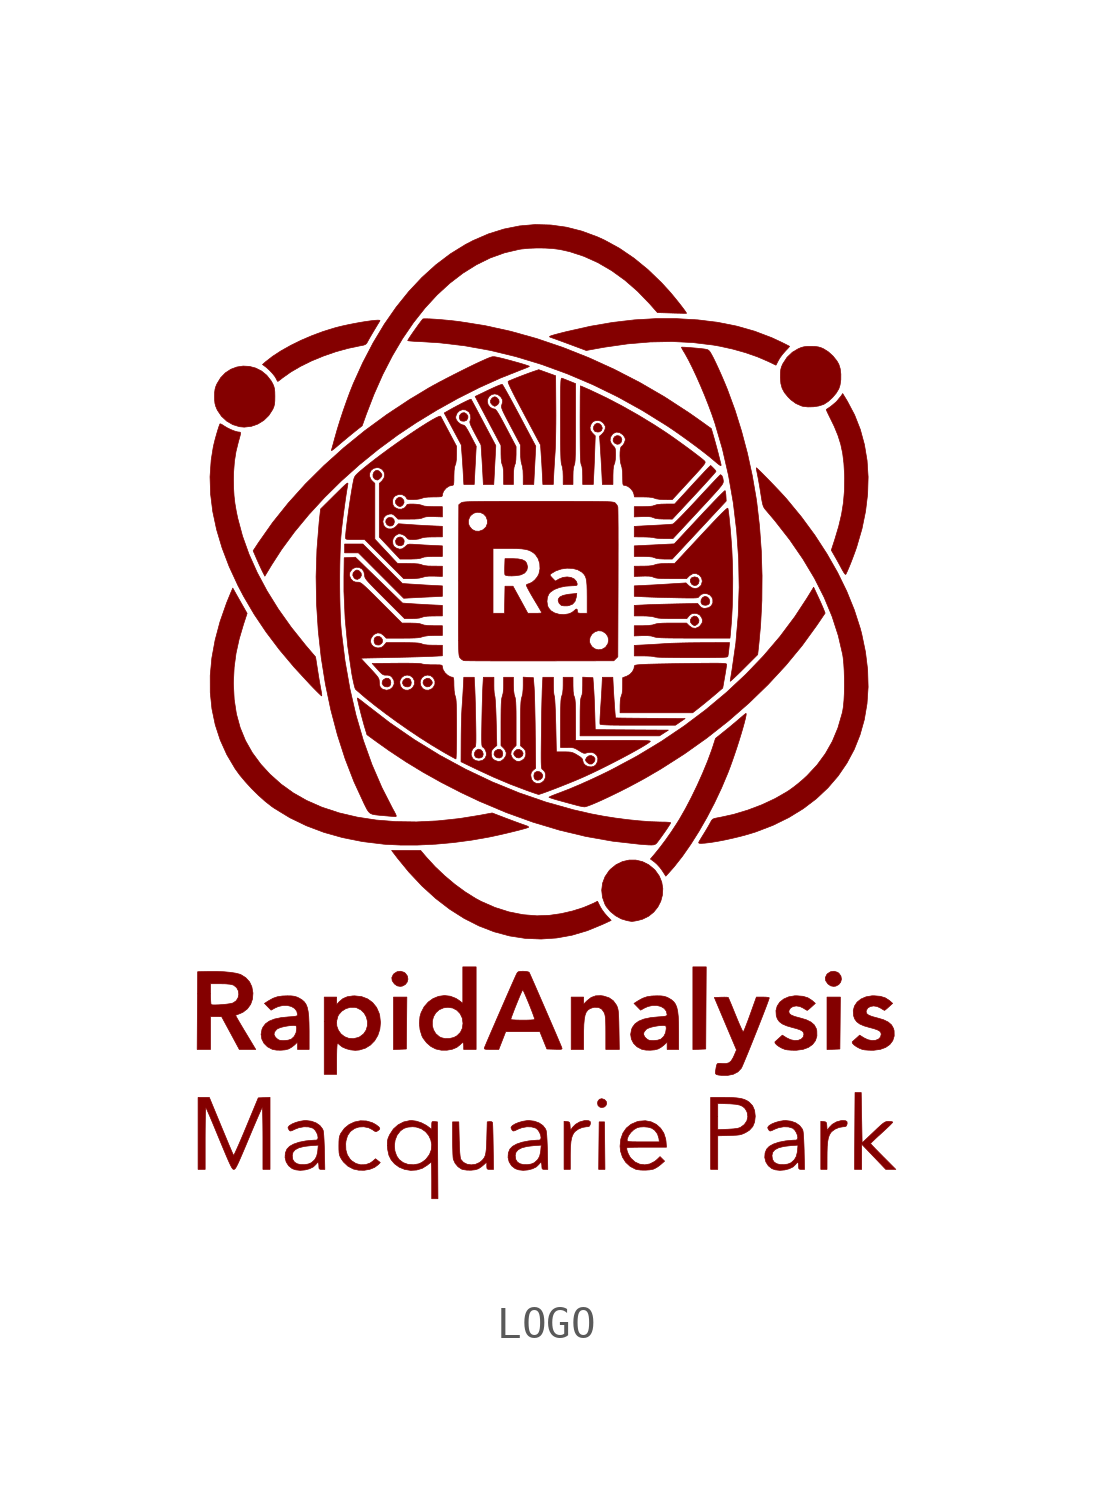
<source format=kicad_sym>
(kicad_symbol_lib
  (version 20220914)
  (generator "bitmap2component")
  (generator_version "8.0")
  (symbol "LOGO"
    (pin_names
      (offset 1.016))
    (property "Reference" "#G"
      (at 0 15.963 0)
      (effects (font (size 1.27 1.27)) hide))
    (symbol "LOGO_0_0"
      (polyline (pts (xy -3.108 -14.076) (xy -3.116 -12.868) (xy -3.207 -12.859) (xy -3.248 -12.856) (xy -3.283 -12.864) (xy -3.295 -12.9) (xy -3.297 -12.977) (xy -3.297 -13.105) (xy -3.424 -13.008) (xy -3.477 -12.972) (xy -3.624 -12.896) (xy -3.782 -12.845) (xy -3.926 -12.826) (xy -3.985 -12.828) (xy -4.178 -12.87) (xy -4.353 -12.96) (xy -4.502 -13.092) (xy -4.613 -13.26) (xy -4.629 -13.292) (xy -4.668 -13.381) (xy -4.688 -13.456) (xy -4.693 -13.54) (xy -4.691 -13.612) (xy -4.471 -13.612) (xy -4.448 -13.442) (xy -4.386 -13.285) (xy -4.286 -13.156) (xy -4.273 -13.144) (xy -4.169 -13.072) (xy -4.049 -13.033) (xy -3.895 -13.021) (xy -3.782 -13.031) (xy -3.624 -13.084) (xy -3.493 -13.174) (xy -3.392 -13.294) (xy -3.326 -13.434) (xy -3.297 -13.587) (xy -3.31 -13.745) (xy -3.368 -13.898) (xy -3.474 -14.038) (xy -3.512 -14.073) (xy -3.612 -14.145) (xy -3.706 -14.188) (xy -3.87 -14.217) (xy -4.042 -14.205) (xy -4.197 -14.149) (xy -4.323 -14.052) (xy -4.4 -13.94) (xy -4.455 -13.783) (xy -4.471 -13.612) (xy -4.691 -13.612) (xy -4.689 -13.657) (xy -4.68 -13.749) (xy -4.643 -13.92) (xy -4.573 -14.061) (xy -4.466 -14.186) (xy -4.32 -14.293) (xy -4.145 -14.364) (xy -3.957 -14.394) (xy -3.769 -14.382) (xy -3.592 -14.328) (xy -3.439 -14.232) (xy -3.398 -14.198) (xy -3.343 -14.156) (xy -3.314 -14.139) (xy -3.312 -14.141) (xy -3.308 -14.181) (xy -3.303 -14.266) (xy -3.3 -14.388) (xy -3.298 -14.54) (xy -3.297 -14.712) (xy -3.297 -15.285) (xy -3.199 -15.285) (xy -3.101 -15.285) (xy -3.108 -14.076)) (stroke (width 0.01) (type default)) (fill (type outline)))
      (polyline (pts (xy -7.283 -14.38) (xy -7.14 -14.343) (xy -7.021 -14.284) (xy -6.939 -14.206) (xy -6.912 -14.169) (xy -6.875 -14.143) (xy -6.853 -14.17) (xy -6.846 -14.251) (xy -6.846 -14.281) (xy -6.839 -14.337) (xy -6.812 -14.359) (xy -6.753 -14.363) (xy -6.659 -14.363) (xy -6.671 -13.797) (xy -6.671 -13.772) (xy -6.677 -13.595) (xy -6.684 -13.433) (xy -6.692 -13.297) (xy -6.701 -13.196) (xy -6.71 -13.142) (xy -6.731 -13.091) (xy -6.813 -12.984) (xy -6.935 -12.9) (xy -7.084 -12.846) (xy -7.251 -12.826) (xy -7.314 -12.829) (xy -7.445 -12.85) (xy -7.574 -12.886) (xy -7.688 -12.933) (xy -7.773 -12.985) (xy -7.816 -13.038) (xy -7.813 -13.067) (xy -7.785 -13.119) (xy -7.781 -13.125) (xy -7.758 -13.15) (xy -7.729 -13.155) (xy -7.68 -13.138) (xy -7.596 -13.097) (xy -7.473 -13.05) (xy -7.315 -13.022) (xy -7.164 -13.027) (xy -7.038 -13.065) (xy -7.021 -13.075) (xy -6.962 -13.132) (xy -6.915 -13.208) (xy -6.883 -13.29) (xy -6.872 -13.365) (xy -6.883 -13.419) (xy -6.923 -13.441) (xy -7.016 -13.444) (xy -7.255 -13.466) (xy -7.464 -13.507) (xy -7.637 -13.565) (xy -7.768 -13.638) (xy -7.851 -13.725) (xy -7.901 -13.846) (xy -7.906 -13.93) (xy -7.684 -13.93) (xy -7.684 -13.924) (xy -7.66 -13.823) (xy -7.59 -13.743) (xy -7.472 -13.682) (xy -7.305 -13.64) (xy -7.087 -13.615) (xy -6.865 -13.6) (xy -6.881 -13.776) (xy -6.886 -13.82) (xy -6.918 -13.954) (xy -6.978 -14.058) (xy -7.077 -14.149) (xy -7.085 -14.154) (xy -7.181 -14.194) (xy -7.303 -14.214) (xy -7.429 -14.211) (xy -7.535 -14.184) (xy -7.614 -14.133) (xy -7.668 -14.05) (xy -7.684 -13.93) (xy -7.906 -13.93) (xy -7.91 -13.989) (xy -7.875 -14.128) (xy -7.798 -14.249) (xy -7.685 -14.339) (xy -7.576 -14.377) (xy -7.433 -14.393) (xy -7.283 -14.38)) (stroke (width 0.01) (type default)) (fill (type outline)))
      (polyline (pts (xy -5.245 -14.36) (xy -5.093 -14.299) (xy -4.977 -14.212) (xy -4.915 -14.146) (xy -4.99 -14.087) (xy -5.065 -14.028) (xy -5.158 -14.11) (xy -5.238 -14.165) (xy -5.38 -14.214) (xy -5.533 -14.218) (xy -5.681 -14.178) (xy -5.813 -14.093) (xy -5.864 -14.042) (xy -5.951 -13.909) (xy -5.997 -13.75) (xy -6.003 -13.558) (xy -5.994 -13.469) (xy -5.945 -13.3) (xy -5.855 -13.17) (xy -5.724 -13.075) (xy -5.588 -13.03) (xy -5.434 -13.022) (xy -5.284 -13.051) (xy -5.159 -13.114) (xy -5.121 -13.143) (xy -5.072 -13.172) (xy -5.034 -13.171) (xy -4.987 -13.144) (xy -4.941 -13.107) (xy -4.931 -13.067) (xy -4.965 -13.022) (xy -5.046 -12.96) (xy -5.165 -12.894) (xy -5.348 -12.84) (xy -5.538 -12.833) (xy -5.723 -12.871) (xy -5.894 -12.95) (xy -6.042 -13.07) (xy -6.155 -13.227) (xy -6.166 -13.247) (xy -6.192 -13.312) (xy -6.208 -13.385) (xy -6.215 -13.484) (xy -6.217 -13.622) (xy -6.216 -13.738) (xy -6.211 -13.835) (xy -6.199 -13.906) (xy -6.176 -13.967) (xy -6.14 -14.033) (xy -6.075 -14.127) (xy -5.933 -14.261) (xy -5.763 -14.351) (xy -5.761 -14.351) (xy -5.594 -14.388) (xy -5.417 -14.39) (xy -5.245 -14.36)) (stroke (width 0.01) (type default)) (fill (type outline)))
      (polyline (pts (xy -1.931 -14.374) (xy -1.836 -14.345) (xy -1.819 -14.336) (xy -1.735 -14.28) (xy -1.656 -14.214) (xy -1.565 -14.128) (xy -1.565 -14.245) (xy -1.564 -14.291) (xy -1.556 -14.341) (xy -1.526 -14.36) (xy -1.459 -14.363) (xy -1.353 -14.363) (xy -1.363 -13.643) (xy -1.366 -13.473) (xy -1.369 -13.291) (xy -1.373 -13.134) (xy -1.377 -13.009) (xy -1.381 -12.924) (xy -1.385 -12.887) (xy -1.411 -12.864) (xy -1.474 -12.859) (xy -1.551 -12.868) (xy -1.565 -13.371) (xy -1.565 -13.394) (xy -1.572 -13.588) (xy -1.581 -13.736) (xy -1.595 -13.847) (xy -1.615 -13.931) (xy -1.644 -13.995) (xy -1.684 -14.049) (xy -1.737 -14.102) (xy -1.793 -14.146) (xy -1.919 -14.203) (xy -2.054 -14.22) (xy -2.184 -14.2) (xy -2.298 -14.143) (xy -2.38 -14.05) (xy -2.39 -14.025) (xy -2.403 -13.948) (xy -2.415 -13.825) (xy -2.424 -13.652) (xy -2.431 -13.427) (xy -2.445 -12.868) (xy -2.543 -12.868) (xy -2.641 -12.868) (xy -2.641 -13.399) (xy -2.64 -13.565) (xy -2.636 -13.727) (xy -2.632 -13.867) (xy -2.626 -13.973) (xy -2.619 -14.033) (xy -2.615 -14.049) (xy -2.56 -14.171) (xy -2.47 -14.278) (xy -2.363 -14.351) (xy -2.31 -14.368) (xy -2.19 -14.386) (xy -2.057 -14.388) (xy -1.931 -14.374)) (stroke (width 0.01) (type default)) (fill (type outline)))
      (polyline (pts (xy -0.269 -14.38) (xy -0.126 -14.343) (xy -0.007 -14.284) (xy 0.074 -14.206) (xy 0.101 -14.169) (xy 0.138 -14.143) (xy 0.16 -14.17) (xy 0.168 -14.251) (xy 0.168 -14.281) (xy 0.175 -14.337) (xy 0.201 -14.359) (xy 0.261 -14.363) (xy 0.354 -14.363) (xy 0.343 -13.797) (xy 0.342 -13.772) (xy 0.337 -13.595) (xy 0.33 -13.433) (xy 0.322 -13.297) (xy 0.312 -13.196) (xy 0.303 -13.142) (xy 0.283 -13.091) (xy 0.201 -12.984) (xy 0.079 -12.9) (xy -0.07 -12.846) (xy -0.237 -12.826) (xy -0.3 -12.829) (xy -0.431 -12.85) (xy -0.56 -12.886) (xy -0.674 -12.933) (xy -0.759 -12.985) (xy -0.802 -13.038) (xy -0.799 -13.067) (xy -0.772 -13.119) (xy -0.768 -13.125) (xy -0.744 -13.15) (xy -0.715 -13.155) (xy -0.666 -13.138) (xy -0.582 -13.097) (xy -0.459 -13.05) (xy -0.302 -13.022) (xy -0.15 -13.027) (xy -0.024 -13.065) (xy -0.007 -13.075) (xy 0.052 -13.132) (xy 0.099 -13.208) (xy 0.13 -13.29) (xy 0.142 -13.365) (xy 0.13 -13.419) (xy 0.091 -13.441) (xy -0.002 -13.444) (xy -0.241 -13.466) (xy -0.45 -13.507) (xy -0.624 -13.565) (xy -0.755 -13.638) (xy -0.838 -13.725) (xy -0.887 -13.846) (xy -0.892 -13.93) (xy -0.671 -13.93) (xy -0.671 -13.924) (xy -0.646 -13.823) (xy -0.576 -13.743) (xy -0.459 -13.682) (xy -0.291 -13.64) (xy -0.073 -13.615) (xy 0.148 -13.6) (xy 0.132 -13.776) (xy 0.127 -13.82) (xy 0.096 -13.954) (xy 0.035 -14.058) (xy -0.064 -14.149) (xy -0.071 -14.154) (xy -0.167 -14.194) (xy -0.29 -14.214) (xy -0.416 -14.211) (xy -0.522 -14.184) (xy -0.601 -14.133) (xy -0.654 -14.05) (xy -0.671 -13.93) (xy -0.892 -13.93) (xy -0.896 -13.989) (xy -0.861 -14.128) (xy -0.785 -14.249) (xy -0.671 -14.339) (xy -0.562 -14.377) (xy -0.419 -14.393) (xy -0.269 -14.38)) (stroke (width 0.01) (type default)) (fill (type outline)))
      (polyline (pts (xy 3.557 -14.378) (xy 3.666 -14.358) (xy 3.717 -14.337) (xy 3.812 -14.282) (xy 3.902 -14.214) (xy 4.028 -14.103) (xy 3.956 -14.031) (xy 3.885 -13.96) (xy 3.794 -14.048) (xy 3.718 -14.111) (xy 3.566 -14.19) (xy 3.406 -14.219) (xy 3.247 -14.199) (xy 3.099 -14.131) (xy 2.97 -14.014) (xy 2.936 -13.967) (xy 2.889 -13.881) (xy 2.854 -13.794) (xy 2.837 -13.721) (xy 2.844 -13.679) (xy 2.851 -13.677) (xy 2.904 -13.673) (xy 3.001 -13.669) (xy 3.134 -13.666) (xy 3.294 -13.665) (xy 3.473 -13.664) (xy 4.087 -13.664) (xy 4.073 -13.483) (xy 4.062 -13.404) (xy 4.003 -13.221) (xy 3.902 -13.067) (xy 3.767 -12.947) (xy 3.605 -12.867) (xy 3.423 -12.832) (xy 3.227 -12.847) (xy 3.161 -12.863) (xy 2.975 -12.943) (xy 2.826 -13.063) (xy 2.717 -13.221) (xy 2.65 -13.411) (xy 2.647 -13.439) (xy 2.85 -13.439) (xy 2.854 -13.403) (xy 2.894 -13.301) (xy 2.968 -13.199) (xy 3.063 -13.11) (xy 3.166 -13.051) (xy 3.245 -13.031) (xy 3.377 -13.023) (xy 3.512 -13.035) (xy 3.622 -13.067) (xy 3.716 -13.13) (xy 3.804 -13.245) (xy 3.849 -13.386) (xy 3.863 -13.496) (xy 3.357 -13.496) (xy 3.324 -13.496) (xy 3.153 -13.496) (xy 3.029 -13.495) (xy 2.945 -13.491) (xy 2.892 -13.484) (xy 2.864 -13.474) (xy 2.852 -13.459) (xy 2.85 -13.439) (xy 2.647 -13.439) (xy 2.627 -13.633) (xy 2.642 -13.789) (xy 2.703 -13.977) (xy 2.806 -14.14) (xy 2.946 -14.269) (xy 3.116 -14.357) (xy 3.163 -14.369) (xy 3.283 -14.384) (xy 3.422 -14.387) (xy 3.557 -14.378)) (stroke (width 0.01) (type default)) (fill (type outline)))
      (polyline (pts (xy 7.806 -14.38) (xy 7.949 -14.343) (xy 8.069 -14.284) (xy 8.15 -14.206) (xy 8.177 -14.169) (xy 8.214 -14.143) (xy 8.236 -14.17) (xy 8.243 -14.251) (xy 8.243 -14.281) (xy 8.25 -14.337) (xy 8.277 -14.359) (xy 8.337 -14.363) (xy 8.43 -14.363) (xy 8.418 -13.797) (xy 8.418 -13.772) (xy 8.412 -13.595) (xy 8.405 -13.433) (xy 8.397 -13.297) (xy 8.388 -13.196) (xy 8.379 -13.142) (xy 8.358 -13.091) (xy 8.276 -12.984) (xy 8.155 -12.9) (xy 8.005 -12.846) (xy 7.838 -12.826) (xy 7.775 -12.829) (xy 7.644 -12.85) (xy 7.515 -12.886) (xy 7.401 -12.933) (xy 7.316 -12.985) (xy 7.274 -13.038) (xy 7.276 -13.067) (xy 7.304 -13.119) (xy 7.308 -13.125) (xy 7.332 -13.15) (xy 7.361 -13.155) (xy 7.409 -13.138) (xy 7.493 -13.097) (xy 7.616 -13.05) (xy 7.774 -13.022) (xy 7.925 -13.027) (xy 8.051 -13.065) (xy 8.069 -13.075) (xy 8.127 -13.132) (xy 8.174 -13.208) (xy 8.206 -13.29) (xy 8.218 -13.365) (xy 8.206 -13.419) (xy 8.166 -13.441) (xy 8.073 -13.444) (xy 7.835 -13.466) (xy 7.625 -13.507) (xy 7.452 -13.565) (xy 7.321 -13.638) (xy 7.238 -13.725) (xy 7.189 -13.846) (xy 7.183 -13.93) (xy 7.405 -13.93) (xy 7.405 -13.924) (xy 7.429 -13.823) (xy 7.499 -13.743) (xy 7.617 -13.682) (xy 7.784 -13.64) (xy 8.002 -13.615) (xy 8.224 -13.6) (xy 8.208 -13.776) (xy 8.203 -13.82) (xy 8.171 -13.954) (xy 8.111 -14.058) (xy 8.012 -14.149) (xy 8.005 -14.154) (xy 7.909 -14.194) (xy 7.786 -14.214) (xy 7.66 -14.211) (xy 7.554 -14.184) (xy 7.475 -14.133) (xy 7.421 -14.05) (xy 7.405 -13.93) (xy 7.183 -13.93) (xy 7.179 -13.989) (xy 7.214 -14.128) (xy 7.291 -14.249) (xy 7.404 -14.339) (xy 7.513 -14.377) (xy 7.656 -14.393) (xy 7.806 -14.38)) (stroke (width 0.01) (type default)) (fill (type outline)))
      (polyline (pts (xy -10.423 -13.379) (xy -10.422 -13.171) (xy -10.42 -12.962) (xy -10.418 -12.779) (xy -10.414 -12.627) (xy -10.41 -12.513) (xy -10.405 -12.443) (xy -10.399 -12.422) (xy -10.395 -12.428) (xy -10.371 -12.478) (xy -10.331 -12.569) (xy -10.277 -12.693) (xy -10.214 -12.842) (xy -10.145 -13.007) (xy -10.128 -13.048) (xy -10.007 -13.341) (xy -9.905 -13.587) (xy -9.82 -13.79) (xy -9.751 -13.954) (xy -9.695 -14.083) (xy -9.65 -14.182) (xy -9.615 -14.254) (xy -9.588 -14.304) (xy -9.566 -14.336) (xy -9.549 -14.354) (xy -9.533 -14.361) (xy -9.518 -14.363) (xy -9.515 -14.362) (xy -9.497 -14.355) (xy -9.476 -14.335) (xy -9.45 -14.295) (xy -9.416 -14.231) (xy -9.372 -14.14) (xy -9.317 -14.015) (xy -9.247 -13.853) (xy -9.16 -13.649) (xy -9.055 -13.397) (xy -9.046 -13.376) (xy -8.955 -13.159) (xy -8.87 -12.959) (xy -8.794 -12.782) (xy -8.73 -12.634) (xy -8.679 -12.52) (xy -8.645 -12.445) (xy -8.629 -12.417) (xy -8.624 -12.436) (xy -8.62 -12.504) (xy -8.615 -12.616) (xy -8.612 -12.766) (xy -8.609 -12.948) (xy -8.607 -13.156) (xy -8.606 -13.383) (xy -8.606 -14.363) (xy -8.495 -14.363) (xy -8.383 -14.363) (xy -8.383 -13.23) (xy -8.383 -12.097) (xy -8.568 -12.105) (xy -8.753 -12.113) (xy -9.132 -13.028) (xy -9.214 -13.225) (xy -9.296 -13.418) (xy -9.37 -13.589) (xy -9.433 -13.73) (xy -9.482 -13.837) (xy -9.515 -13.903) (xy -9.53 -13.923) (xy -9.541 -13.9) (xy -9.571 -13.832) (xy -9.618 -13.722) (xy -9.679 -13.579) (xy -9.751 -13.406) (xy -9.832 -13.211) (xy -9.92 -13) (xy -10.292 -12.099) (xy -10.469 -12.099) (xy -10.646 -12.099) (xy -10.646 -13.231) (xy -10.646 -14.363) (xy -10.534 -14.363) (xy -10.423 -14.363) (xy -10.423 -13.379)) (stroke (width 0.01) (type default)) (fill (type outline)))
      (polyline (pts (xy 1.062 -13.95) (xy 1.063 -13.822) (xy 1.07 -13.633) (xy 1.083 -13.486) (xy 1.105 -13.372) (xy 1.136 -13.283) (xy 1.179 -13.21) (xy 1.21 -13.173) (xy 1.313 -13.097) (xy 1.44 -13.043) (xy 1.569 -13.022) (xy 1.622 -13.019) (xy 1.667 -12.999) (xy 1.688 -12.95) (xy 1.695 -12.916) (xy 1.69 -12.861) (xy 1.647 -12.833) (xy 1.558 -12.826) (xy 1.499 -12.83) (xy 1.357 -12.87) (xy 1.228 -12.945) (xy 1.132 -13.042) (xy 1.065 -13.141) (xy 1.056 -13.004) (xy 1.052 -12.943) (xy 1.04 -12.89) (xy 1.012 -12.868) (xy 0.957 -12.859) (xy 0.866 -12.85) (xy 0.866 -13.606) (xy 0.866 -14.363) (xy 0.964 -14.363) (xy 1.062 -14.363) (xy 1.062 -13.95)) (stroke (width 0.01) (type default)) (fill (type outline)))
      (polyline (pts (xy 2.145 -13.615) (xy 2.138 -12.868) (xy 2.054 -12.868) (xy 1.97 -12.868) (xy 1.962 -13.615) (xy 1.955 -14.363) (xy 2.054 -14.363) (xy 2.152 -14.363) (xy 2.145 -13.615)) (stroke (width 0.01) (type default)) (fill (type outline)))
      (polyline (pts (xy 5.7 -13.835) (xy 5.7 -13.306) (xy 6.059 -13.297) (xy 6.162 -13.293) (xy 6.285 -13.287) (xy 6.374 -13.278) (xy 6.444 -13.262) (xy 6.508 -13.238) (xy 6.581 -13.203) (xy 6.697 -13.13) (xy 6.801 -13.015) (xy 6.86 -12.871) (xy 6.88 -12.691) (xy 6.859 -12.509) (xy 6.796 -12.362) (xy 6.69 -12.249) (xy 6.625 -12.205) (xy 6.535 -12.162) (xy 6.428 -12.132) (xy 6.293 -12.113) (xy 6.122 -12.102) (xy 5.905 -12.099) (xy 5.477 -12.099) (xy 5.477 -12.7) (xy 5.7 -12.7) (xy 5.7 -12.289) (xy 6.029 -12.299) (xy 6.096 -12.301) (xy 6.265 -12.315) (xy 6.39 -12.34) (xy 6.482 -12.38) (xy 6.55 -12.438) (xy 6.603 -12.519) (xy 6.627 -12.575) (xy 6.646 -12.709) (xy 6.615 -12.838) (xy 6.536 -12.952) (xy 6.413 -13.043) (xy 6.333 -13.069) (xy 6.201 -13.088) (xy 6.015 -13.1) (xy 5.7 -13.112) (xy 5.7 -12.7) (xy 5.477 -12.7) (xy 5.477 -13.231) (xy 5.477 -14.363) (xy 5.588 -14.363) (xy 5.7 -14.363) (xy 5.7 -13.835)) (stroke (width 0.01) (type default)) (fill (type outline)))
      (polyline (pts (xy 9.138 -13.95) (xy 9.139 -13.822) (xy 9.145 -13.633) (xy 9.159 -13.486) (xy 9.18 -13.372) (xy 9.212 -13.283) (xy 9.254 -13.21) (xy 9.286 -13.173) (xy 9.389 -13.097) (xy 9.516 -13.043) (xy 9.644 -13.022) (xy 9.698 -13.019) (xy 9.742 -12.999) (xy 9.764 -12.95) (xy 9.771 -12.916) (xy 9.765 -12.861) (xy 9.723 -12.833) (xy 9.633 -12.826) (xy 9.574 -12.83) (xy 9.432 -12.87) (xy 9.303 -12.945) (xy 9.208 -13.042) (xy 9.141 -13.141) (xy 9.132 -13.004) (xy 9.127 -12.943) (xy 9.115 -12.89) (xy 9.087 -12.868) (xy 9.033 -12.859) (xy 8.942 -12.85) (xy 8.942 -13.606) (xy 8.942 -14.363) (xy 9.04 -14.363) (xy 9.137 -14.363) (xy 9.138 -13.95)) (stroke (width 0.01) (type default)) (fill (type outline)))
      (polyline (pts (xy 10.227 -13.966) (xy 10.227 -13.569) (xy 10.607 -13.966) (xy 10.986 -14.363) (xy 11.144 -14.363) (xy 11.302 -14.363) (xy 10.904 -13.964) (xy 10.879 -13.938) (xy 10.761 -13.819) (xy 10.658 -13.714) (xy 10.578 -13.63) (xy 10.525 -13.573) (xy 10.507 -13.55) (xy 10.518 -13.536) (xy 10.565 -13.489) (xy 10.641 -13.416) (xy 10.74 -13.323) (xy 10.856 -13.218) (xy 10.944 -13.137) (xy 11.048 -13.04) (xy 11.131 -12.96) (xy 11.185 -12.903) (xy 11.205 -12.878) (xy 11.199 -12.87) (xy 11.154 -12.858) (xy 11.079 -12.854) (xy 11.076 -12.854) (xy 11.03 -12.855) (xy 10.989 -12.864) (xy 10.945 -12.884) (xy 10.892 -12.921) (xy 10.821 -12.981) (xy 10.725 -13.069) (xy 10.597 -13.191) (xy 10.241 -13.528) (xy 10.227 -12.737) (xy 10.213 -11.945) (xy 10.115 -11.945) (xy 10.018 -11.945) (xy 10.01 -13.154) (xy 10.003 -14.363) (xy 10.115 -14.363) (xy 10.227 -14.363) (xy 10.227 -13.966)) (stroke (width 0.01) (type default)) (fill (type outline)))
      (polyline (pts (xy 2.125 -12.403) (xy 2.18 -12.358) (xy 2.206 -12.296) (xy 2.195 -12.228) (xy 2.139 -12.167) (xy 2.134 -12.164) (xy 2.051 -12.138) (xy 1.978 -12.158) (xy 1.93 -12.219) (xy 1.918 -12.28) (xy 1.936 -12.357) (xy 1.995 -12.405) (xy 2.048 -12.417) (xy 2.125 -12.403)) (stroke (width 0.01) (type default)) (fill (type outline)))
      (polyline (pts (xy 6.188 -11.371) (xy 6.333 -11.296) (xy 6.44 -11.183) (xy 6.443 -11.178) (xy 6.469 -11.124) (xy 6.511 -11.027) (xy 6.566 -10.895) (xy 6.633 -10.734) (xy 6.708 -10.55) (xy 6.788 -10.351) (xy 6.871 -10.143) (xy 6.955 -9.933) (xy 7.036 -9.727) (xy 7.112 -9.533) (xy 7.18 -9.357) (xy 7.238 -9.205) (xy 7.282 -9.085) (xy 7.311 -9.003) (xy 7.321 -8.967) (xy 7.321 -8.965) (xy 7.289 -8.953) (xy 7.217 -8.945) (xy 7.118 -8.942) (xy 6.916 -8.942) (xy 6.72 -9.489) (xy 6.703 -9.536) (xy 6.645 -9.695) (xy 6.592 -9.833) (xy 6.549 -9.942) (xy 6.517 -10.014) (xy 6.501 -10.04) (xy 6.498 -10.039) (xy 6.476 -10.002) (xy 6.438 -9.922) (xy 6.387 -9.809) (xy 6.327 -9.668) (xy 6.261 -9.507) (xy 6.242 -9.461) (xy 6.178 -9.303) (xy 6.122 -9.166) (xy 6.075 -9.056) (xy 6.044 -8.983) (xy 6.029 -8.954) (xy 6.027 -8.953) (xy 5.986 -8.947) (xy 5.907 -8.945) (xy 5.803 -8.947) (xy 5.593 -8.956) (xy 5.941 -9.78) (xy 6.29 -10.604) (xy 6.215 -10.781) (xy 6.184 -10.848) (xy 6.123 -10.949) (xy 6.054 -11.008) (xy 5.965 -11.033) (xy 5.841 -11.032) (xy 5.783 -11.027) (xy 5.724 -11.026) (xy 5.688 -11.039) (xy 5.666 -11.077) (xy 5.65 -11.15) (xy 5.631 -11.267) (xy 5.626 -11.308) (xy 5.631 -11.354) (xy 5.662 -11.381) (xy 5.728 -11.396) (xy 5.84 -11.407) (xy 6.008 -11.407) (xy 6.188 -11.371)) (stroke (width 0.01) (type default)) (fill (type outline)))
      (polyline (pts (xy -6.287 -10.884) (xy -6.286 -10.746) (xy -6.283 -10.606) (xy -6.277 -10.495) (xy -6.271 -10.421) (xy -6.263 -10.395) (xy -6.241 -10.403) (xy -6.2 -10.441) (xy -6.197 -10.444) (xy -6.112 -10.511) (xy -5.989 -10.566) (xy -5.846 -10.604) (xy -5.7 -10.618) (xy -5.57 -10.607) (xy -5.385 -10.55) (xy -5.224 -10.451) (xy -5.091 -10.314) (xy -4.992 -10.147) (xy -4.929 -9.955) (xy -4.909 -9.744) (xy -4.933 -9.521) (xy -4.95 -9.456) (xy -5.032 -9.268) (xy -5.156 -9.115) (xy -5.314 -9) (xy -5.502 -8.928) (xy -5.714 -8.905) (xy -5.779 -8.906) (xy -5.952 -8.932) (xy -6.09 -8.991) (xy -6.204 -9.086) (xy -6.287 -9.178) (xy -6.287 -9.06) (xy -6.287 -8.942) (xy -6.483 -8.942) (xy -6.678 -8.942) (xy -6.678 -9.705) (xy -6.29 -9.705) (xy -6.249 -9.547) (xy -6.222 -9.495) (xy -6.127 -9.387) (xy -6 -9.307) (xy -5.857 -9.264) (xy -5.713 -9.265) (xy -5.653 -9.28) (xy -5.521 -9.348) (xy -5.42 -9.448) (xy -5.352 -9.571) (xy -5.318 -9.708) (xy -5.32 -9.848) (xy -5.36 -9.982) (xy -5.439 -10.1) (xy -5.559 -10.191) (xy -5.61 -10.214) (xy -5.762 -10.251) (xy -5.907 -10.24) (xy -6.038 -10.189) (xy -6.149 -10.103) (xy -6.232 -9.99) (xy -6.282 -9.855) (xy -6.29 -9.705) (xy -6.678 -9.705) (xy -6.678 -10.157) (xy -6.678 -11.373) (xy -6.483 -11.373) (xy -6.287 -11.373) (xy -6.287 -10.884)) (stroke (width 0.01) (type default)) (fill (type outline)))
      (polyline (pts (xy -7.91 -10.603) (xy -7.802 -10.575) (xy -7.783 -10.566) (xy -7.691 -10.511) (xy -7.607 -10.444) (xy -7.517 -10.356) (xy -7.517 -10.473) (xy -7.517 -10.59) (xy -7.335 -10.59) (xy -7.153 -10.59) (xy -7.153 -10.047) (xy -7.153 -10.004) (xy -7.157 -9.753) (xy -7.166 -9.55) (xy -7.185 -9.389) (xy -7.213 -9.262) (xy -7.254 -9.164) (xy -7.309 -9.088) (xy -7.381 -9.026) (xy -7.471 -8.973) (xy -7.529 -8.945) (xy -7.61 -8.919) (xy -7.705 -8.906) (xy -7.834 -8.903) (xy -7.998 -8.909) (xy -8.152 -8.933) (xy -8.287 -8.98) (xy -8.422 -9.055) (xy -8.558 -9.141) (xy -8.454 -9.248) (xy -8.35 -9.354) (xy -8.231 -9.288) (xy -8.121 -9.239) (xy -7.975 -9.206) (xy -7.835 -9.207) (xy -7.709 -9.239) (xy -7.608 -9.3) (xy -7.541 -9.386) (xy -7.517 -9.495) (xy -7.521 -9.518) (xy -7.542 -9.535) (xy -7.59 -9.547) (xy -7.673 -9.557) (xy -7.803 -9.566) (xy -8.033 -9.589) (xy -8.243 -9.633) (xy -8.406 -9.698) (xy -8.527 -9.784) (xy -8.607 -9.893) (xy -8.636 -9.959) (xy -8.664 -10.114) (xy -8.663 -10.118) (xy -8.258 -10.118) (xy -8.242 -10.041) (xy -8.173 -9.958) (xy -8.138 -9.934) (xy -8.044 -9.897) (xy -7.92 -9.866) (xy -7.782 -9.844) (xy -7.647 -9.836) (xy -7.629 -9.836) (xy -7.571 -9.842) (xy -7.548 -9.87) (xy -7.545 -9.936) (xy -7.564 -10.065) (xy -7.622 -10.181) (xy -7.71 -10.263) (xy -7.717 -10.267) (xy -7.817 -10.299) (xy -7.949 -10.311) (xy -7.996 -10.31) (xy -8.077 -10.302) (xy -8.134 -10.277) (xy -8.191 -10.227) (xy -8.22 -10.196) (xy -8.258 -10.118) (xy -8.663 -10.118) (xy -8.641 -10.262) (xy -8.573 -10.396) (xy -8.462 -10.507) (xy -8.313 -10.585) (xy -8.303 -10.588) (xy -8.186 -10.61) (xy -8.047 -10.614) (xy -7.91 -10.603)) (stroke (width 0.01) (type default)) (fill (type outline)))
      (polyline (pts (xy -2.654 -10.585) (xy -2.509 -10.525) (xy -2.4 -10.439) (xy -2.359 -10.396) (xy -2.318 -10.372) (xy -2.297 -10.399) (xy -2.291 -10.479) (xy -2.291 -10.59) (xy -2.096 -10.59) (xy -1.9 -10.59) (xy -1.9 -9.291) (xy -1.9 -7.992) (xy -2.11 -7.992) (xy -2.319 -7.992) (xy -2.319 -8.566) (xy -2.319 -9.14) (xy -2.424 -9.057) (xy -2.533 -8.985) (xy -2.712 -8.915) (xy -2.896 -8.894) (xy -3.079 -8.919) (xy -3.252 -8.988) (xy -3.406 -9.099) (xy -3.536 -9.248) (xy -3.631 -9.433) (xy -3.667 -9.557) (xy -3.685 -9.762) (xy -3.678 -9.836) (xy -3.278 -9.836) (xy -3.277 -9.694) (xy -3.24 -9.558) (xy -3.168 -9.437) (xy -3.062 -9.341) (xy -2.923 -9.281) (xy -2.79 -9.264) (xy -2.637 -9.287) (xy -2.506 -9.356) (xy -2.403 -9.463) (xy -2.336 -9.602) (xy -2.313 -9.768) (xy -2.333 -9.923) (xy -2.394 -10.052) (xy -2.504 -10.161) (xy -2.6 -10.213) (xy -2.738 -10.246) (xy -2.881 -10.248) (xy -3.005 -10.217) (xy -3.057 -10.19) (xy -3.169 -10.094) (xy -3.242 -9.972) (xy -3.278 -9.836) (xy -3.678 -9.836) (xy -3.664 -9.971) (xy -3.605 -10.165) (xy -3.566 -10.239) (xy -3.458 -10.379) (xy -3.323 -10.496) (xy -3.176 -10.572) (xy -3.166 -10.576) (xy -2.996 -10.613) (xy -2.821 -10.614) (xy -2.654 -10.585)) (stroke (width 0.01) (type default)) (fill (type outline)))
      (polyline (pts (xy 3.714 -10.603) (xy 3.822 -10.575) (xy 3.841 -10.566) (xy 3.933 -10.511) (xy 4.017 -10.444) (xy 4.108 -10.356) (xy 4.108 -10.473) (xy 4.108 -10.59) (xy 4.289 -10.59) (xy 4.471 -10.59) (xy 4.471 -10.047) (xy 4.471 -10.004) (xy 4.468 -9.753) (xy 4.458 -9.55) (xy 4.44 -9.389) (xy 4.411 -9.262) (xy 4.37 -9.164) (xy 4.315 -9.088) (xy 4.243 -9.026) (xy 4.153 -8.973) (xy 4.095 -8.945) (xy 4.014 -8.919) (xy 3.919 -8.906) (xy 3.79 -8.903) (xy 3.626 -8.909) (xy 3.473 -8.933) (xy 3.338 -8.98) (xy 3.202 -9.055) (xy 3.066 -9.141) (xy 3.17 -9.248) (xy 3.274 -9.354) (xy 3.393 -9.288) (xy 3.503 -9.239) (xy 3.649 -9.206) (xy 3.789 -9.207) (xy 3.915 -9.239) (xy 4.016 -9.3) (xy 4.083 -9.386) (xy 4.108 -9.495) (xy 4.103 -9.518) (xy 4.082 -9.535) (xy 4.035 -9.547) (xy 3.951 -9.557) (xy 3.821 -9.566) (xy 3.591 -9.589) (xy 3.381 -9.633) (xy 3.218 -9.698) (xy 3.098 -9.784) (xy 3.017 -9.893) (xy 2.989 -9.959) (xy 2.961 -10.114) (xy 2.961 -10.118) (xy 3.366 -10.118) (xy 3.382 -10.041) (xy 3.451 -9.958) (xy 3.486 -9.934) (xy 3.58 -9.897) (xy 3.704 -9.866) (xy 3.842 -9.844) (xy 3.977 -9.836) (xy 3.995 -9.836) (xy 4.053 -9.842) (xy 4.076 -9.87) (xy 4.08 -9.936) (xy 4.06 -10.065) (xy 4.002 -10.181) (xy 3.914 -10.263) (xy 3.907 -10.267) (xy 3.807 -10.299) (xy 3.675 -10.311) (xy 3.628 -10.31) (xy 3.547 -10.302) (xy 3.49 -10.277) (xy 3.433 -10.227) (xy 3.405 -10.196) (xy 3.366 -10.118) (xy 2.961 -10.118) (xy 2.983 -10.262) (xy 3.051 -10.396) (xy 3.162 -10.507) (xy 3.311 -10.585) (xy 3.321 -10.588) (xy 3.438 -10.61) (xy 3.577 -10.614) (xy 3.714 -10.603)) (stroke (width 0.01) (type default)) (fill (type outline)))
      (polyline (pts (xy 8.177 -10.615) (xy 8.381 -10.588) (xy 8.551 -10.526) (xy 8.683 -10.433) (xy 8.774 -10.312) (xy 8.819 -10.167) (xy 8.816 -10.001) (xy 8.797 -9.93) (xy 8.735 -9.818) (xy 8.631 -9.728) (xy 8.481 -9.655) (xy 8.281 -9.596) (xy 8.266 -9.593) (xy 8.114 -9.551) (xy 8.011 -9.508) (xy 7.954 -9.462) (xy 7.936 -9.409) (xy 7.943 -9.36) (xy 7.99 -9.285) (xy 8.07 -9.238) (xy 8.171 -9.221) (xy 8.283 -9.238) (xy 8.394 -9.291) (xy 8.423 -9.31) (xy 8.482 -9.346) (xy 8.514 -9.361) (xy 8.533 -9.35) (xy 8.583 -9.31) (xy 8.65 -9.25) (xy 8.77 -9.14) (xy 8.677 -9.058) (xy 8.664 -9.047) (xy 8.535 -8.965) (xy 8.38 -8.918) (xy 8.187 -8.902) (xy 8.118 -8.903) (xy 7.933 -8.935) (xy 7.776 -9.003) (xy 7.653 -9.101) (xy 7.57 -9.225) (xy 7.531 -9.369) (xy 7.541 -9.529) (xy 7.575 -9.627) (xy 7.637 -9.716) (xy 7.734 -9.789) (xy 7.872 -9.849) (xy 8.058 -9.903) (xy 8.171 -9.932) (xy 8.287 -9.972) (xy 8.361 -10.012) (xy 8.399 -10.058) (xy 8.411 -10.114) (xy 8.388 -10.202) (xy 8.325 -10.266) (xy 8.231 -10.303) (xy 8.117 -10.31) (xy 7.992 -10.284) (xy 7.867 -10.225) (xy 7.732 -10.14) (xy 7.631 -10.232) (xy 7.598 -10.262) (xy 7.539 -10.315) (xy 7.505 -10.345) (xy 7.497 -10.356) (xy 7.507 -10.396) (xy 7.555 -10.447) (xy 7.631 -10.502) (xy 7.724 -10.553) (xy 7.824 -10.592) (xy 7.828 -10.593) (xy 7.895 -10.604) (xy 7.995 -10.612) (xy 8.109 -10.616) (xy 8.177 -10.615)) (stroke (width 0.01) (type default)) (fill (type outline)))
      (polyline (pts (xy 10.608 -10.615) (xy 10.812 -10.588) (xy 10.982 -10.526) (xy 11.114 -10.433) (xy 11.205 -10.312) (xy 11.25 -10.167) (xy 11.247 -10.001) (xy 11.228 -9.93) (xy 11.166 -9.818) (xy 11.062 -9.728) (xy 10.912 -9.655) (xy 10.712 -9.596) (xy 10.697 -9.593) (xy 10.545 -9.551) (xy 10.442 -9.508) (xy 10.385 -9.462) (xy 10.367 -9.409) (xy 10.374 -9.36) (xy 10.421 -9.285) (xy 10.501 -9.238) (xy 10.602 -9.221) (xy 10.714 -9.238) (xy 10.825 -9.291) (xy 10.854 -9.31) (xy 10.914 -9.346) (xy 10.945 -9.361) (xy 10.964 -9.35) (xy 11.014 -9.31) (xy 11.081 -9.25) (xy 11.201 -9.14) (xy 11.108 -9.058) (xy 11.095 -9.047) (xy 10.966 -8.965) (xy 10.811 -8.918) (xy 10.618 -8.902) (xy 10.549 -8.903) (xy 10.364 -8.935) (xy 10.207 -9.003) (xy 10.084 -9.101) (xy 10.001 -9.225) (xy 9.962 -9.369) (xy 9.973 -9.529) (xy 10.006 -9.627) (xy 10.069 -9.716) (xy 10.165 -9.789) (xy 10.303 -9.849) (xy 10.489 -9.903) (xy 10.602 -9.932) (xy 10.718 -9.972) (xy 10.792 -10.012) (xy 10.831 -10.058) (xy 10.842 -10.114) (xy 10.819 -10.202) (xy 10.756 -10.266) (xy 10.662 -10.303) (xy 10.548 -10.31) (xy 10.423 -10.284) (xy 10.299 -10.225) (xy 10.164 -10.14) (xy 10.063 -10.232) (xy 10.029 -10.262) (xy 9.97 -10.315) (xy 9.936 -10.345) (xy 9.928 -10.356) (xy 9.938 -10.396) (xy 9.986 -10.447) (xy 10.062 -10.502) (xy 10.155 -10.553) (xy 10.255 -10.592) (xy 10.259 -10.593) (xy 10.326 -10.604) (xy 10.426 -10.612) (xy 10.54 -10.616) (xy 10.608 -10.615)) (stroke (width 0.01) (type default)) (fill (type outline)))
      (polyline (pts (xy -10.255 -10.073) (xy -10.255 -9.556) (xy -10.08 -9.557) (xy -9.906 -9.558) (xy -9.627 -10.074) (xy -9.349 -10.59) (xy -9.091 -10.59) (xy -8.832 -10.59) (xy -9.153 -10.056) (xy -9.2 -9.979) (xy -9.287 -9.832) (xy -9.362 -9.705) (xy -9.419 -9.606) (xy -9.455 -9.54) (xy -9.467 -9.516) (xy -9.454 -9.51) (xy -9.402 -9.49) (xy -9.324 -9.46) (xy -9.232 -9.418) (xy -9.093 -9.31) (xy -8.992 -9.169) (xy -8.934 -9.002) (xy -8.92 -8.816) (xy -8.955 -8.617) (xy -9.027 -8.464) (xy -9.146 -8.333) (xy -9.3 -8.237) (xy -9.326 -8.226) (xy -9.454 -8.192) (xy -9.626 -8.165) (xy -9.832 -8.146) (xy -10.063 -8.137) (xy -10.311 -8.137) (xy -10.66 -8.145) (xy -10.664 -8.839) (xy -10.255 -8.839) (xy -10.255 -8.523) (xy -9.947 -8.523) (xy -9.782 -8.526) (xy -9.636 -8.539) (xy -9.543 -8.562) (xy -9.523 -8.572) (xy -9.433 -8.645) (xy -9.38 -8.744) (xy -9.365 -8.854) (xy -9.388 -8.964) (xy -9.447 -9.059) (xy -9.544 -9.126) (xy -9.571 -9.134) (xy -9.653 -9.152) (xy -9.763 -9.167) (xy -9.886 -9.179) (xy -10.008 -9.187) (xy -10.116 -9.19) (xy -10.196 -9.188) (xy -10.234 -9.178) (xy -10.242 -9.149) (xy -10.248 -9.075) (xy -10.253 -8.967) (xy -10.255 -8.839) (xy -10.664 -8.839) (xy -10.668 -9.368) (xy -10.675 -10.59) (xy -10.465 -10.59) (xy -10.255 -10.59) (xy -10.255 -10.073)) (stroke (width 0.01) (type default)) (fill (type outline)))
      (polyline (pts (xy -4.296 -10.585) (xy -4.094 -10.576) (xy -4.086 -9.759) (xy -4.079 -8.942) (xy -4.289 -8.942) (xy -4.499 -8.942) (xy -4.499 -9.767) (xy -4.499 -10.593) (xy -4.296 -10.585)) (stroke (width 0.01) (type default)) (fill (type outline)))
      (polyline (pts (xy -1.079 -10.311) (xy -0.97 -10.031) (xy -0.432 -10.031) (xy 0.105 -10.031) (xy 0.215 -10.304) (xy 0.325 -10.576) (xy 0.571 -10.584) (xy 0.663 -10.587) (xy 0.745 -10.587) (xy 0.788 -10.58) (xy 0.803 -10.566) (xy 0.798 -10.543) (xy 0.781 -10.499) (xy 0.743 -10.408) (xy 0.689 -10.281) (xy 0.622 -10.123) (xy 0.544 -9.942) (xy 0.458 -9.743) (xy 0.367 -9.533) (xy 0.274 -9.318) (xy 0.181 -9.104) (xy 0.091 -8.897) (xy 0.007 -8.704) (xy -0.068 -8.532) (xy -0.133 -8.385) (xy -0.183 -8.271) (xy -0.217 -8.196) (xy -0.232 -8.166) (xy -0.25 -8.154) (xy -0.319 -8.137) (xy -0.422 -8.131) (xy -0.5 -8.133) (xy -0.562 -8.142) (xy -0.598 -8.165) (xy -0.625 -8.209) (xy -0.638 -8.236) (xy -0.673 -8.312) (xy -0.724 -8.427) (xy -0.79 -8.575) (xy -0.866 -8.749) (xy -0.951 -8.942) (xy -1.041 -9.149) (xy -1.134 -9.362) (xy -1.227 -9.576) (xy -1.258 -9.647) (xy -0.81 -9.647) (xy -0.801 -9.611) (xy -0.774 -9.534) (xy -0.734 -9.428) (xy -0.686 -9.302) (xy -0.632 -9.167) (xy -0.578 -9.034) (xy -0.527 -8.911) (xy -0.483 -8.81) (xy -0.451 -8.741) (xy -0.435 -8.714) (xy -0.434 -8.714) (xy -0.417 -8.739) (xy -0.385 -8.806) (xy -0.342 -8.904) (xy -0.291 -9.025) (xy -0.236 -9.157) (xy -0.183 -9.291) (xy -0.134 -9.417) (xy -0.094 -9.525) (xy -0.067 -9.605) (xy -0.057 -9.647) (xy -0.058 -9.649) (xy -0.098 -9.657) (xy -0.18 -9.663) (xy -0.295 -9.667) (xy -0.433 -9.668) (xy -0.472 -9.668) (xy -0.605 -9.666) (xy -0.712 -9.661) (xy -0.784 -9.655) (xy -0.81 -9.647) (xy -1.258 -9.647) (xy -1.317 -9.784) (xy -1.402 -9.979) (xy -1.478 -10.155) (xy -1.543 -10.306) (xy -1.593 -10.425) (xy -1.627 -10.505) (xy -1.641 -10.541) (xy -1.644 -10.554) (xy -1.637 -10.573) (xy -1.604 -10.584) (xy -1.536 -10.589) (xy -1.421 -10.59) (xy -1.188 -10.59) (xy -1.079 -10.311)) (stroke (width 0.01) (type default)) (fill (type outline)))
      (polyline (pts (xy 1.482 -10.136) (xy 1.482 -10.02) (xy 1.488 -9.807) (xy 1.503 -9.639) (xy 1.527 -9.512) (xy 1.563 -9.418) (xy 1.614 -9.352) (xy 1.682 -9.306) (xy 1.767 -9.275) (xy 1.827 -9.263) (xy 1.953 -9.269) (xy 2.054 -9.324) (xy 2.126 -9.427) (xy 2.131 -9.439) (xy 2.149 -9.489) (xy 2.161 -9.548) (xy 2.17 -9.626) (xy 2.175 -9.732) (xy 2.178 -9.876) (xy 2.179 -10.066) (xy 2.179 -10.59) (xy 2.392 -10.59) (xy 2.604 -10.59) (xy 2.594 -9.969) (xy 2.593 -9.919) (xy 2.589 -9.724) (xy 2.584 -9.575) (xy 2.578 -9.462) (xy 2.57 -9.379) (xy 2.559 -9.316) (xy 2.544 -9.265) (xy 2.525 -9.218) (xy 2.513 -9.194) (xy 2.415 -9.059) (xy 2.28 -8.964) (xy 2.106 -8.909) (xy 2.025 -8.898) (xy 1.861 -8.903) (xy 1.72 -8.954) (xy 1.591 -9.055) (xy 1.481 -9.165) (xy 1.481 -9.053) (xy 1.481 -8.942) (xy 1.285 -8.942) (xy 1.09 -8.942) (xy 1.09 -9.766) (xy 1.09 -10.59) (xy 1.285 -10.59) (xy 1.481 -10.59) (xy 1.482 -10.136)) (stroke (width 0.01) (type default)) (fill (type outline)))
      (polyline (pts (xy 5.12 -10.585) (xy 5.323 -10.576) (xy 5.33 -9.284) (xy 5.338 -7.992) (xy 5.128 -7.992) (xy 4.918 -7.992) (xy 4.918 -9.292) (xy 4.918 -10.593) (xy 5.12 -10.585)) (stroke (width 0.01) (type default)) (fill (type outline)))
      (polyline (pts (xy 9.34 -10.585) (xy 9.542 -10.576) (xy 9.55 -9.759) (xy 9.557 -8.942) (xy 9.347 -8.942) (xy 9.137 -8.942) (xy 9.137 -9.767) (xy 9.137 -10.593) (xy 9.34 -10.585)) (stroke (width 0.01) (type default)) (fill (type outline)))
      (polyline (pts (xy -4.221 -8.597) (xy -4.13 -8.549) (xy -4.07 -8.472) (xy -4.045 -8.379) (xy -4.062 -8.282) (xy -4.125 -8.194) (xy -4.168 -8.163) (xy -4.275 -8.13) (xy -4.385 -8.145) (xy -4.481 -8.205) (xy -4.508 -8.236) (xy -4.552 -8.331) (xy -4.54 -8.428) (xy -4.473 -8.525) (xy -4.465 -8.532) (xy -4.383 -8.59) (xy -4.29 -8.606) (xy -4.221 -8.597)) (stroke (width 0.01) (type default)) (fill (type outline)))
      (polyline (pts (xy 9.416 -8.597) (xy 9.506 -8.549) (xy 9.566 -8.472) (xy 9.591 -8.379) (xy 9.574 -8.282) (xy 9.511 -8.194) (xy 9.468 -8.163) (xy 9.361 -8.13) (xy 9.251 -8.145) (xy 9.155 -8.205) (xy 9.128 -8.236) (xy 9.084 -8.331) (xy 9.096 -8.428) (xy 9.163 -8.525) (xy 9.171 -8.532) (xy 9.253 -8.59) (xy 9.346 -8.606) (xy 9.416 -8.597)) (stroke (width 0.01) (type default)) (fill (type outline)))
      (polyline (pts (xy 0.629 -7.084) (xy 1.113 -6.997) (xy 1.594 -6.855) (xy 2.075 -6.657) (xy 2.347 -6.53) (xy 2.209 -6.383) (xy 2.138 -6.301) (xy 2.055 -6.187) (xy 1.994 -6.082) (xy 1.918 -5.928) (xy 1.79 -5.992) (xy 1.78 -5.997) (xy 1.474 -6.127) (xy 1.133 -6.235) (xy 0.773 -6.318) (xy 0.413 -6.37) (xy 0.014 -6.386) (xy -0.425 -6.351) (xy -0.868 -6.263) (xy -1.309 -6.123) (xy -1.745 -5.932) (xy -1.923 -5.836) (xy -2.244 -5.634) (xy -2.571 -5.395) (xy -2.89 -5.127) (xy -3.192 -4.84) (xy -3.465 -4.543) (xy -3.645 -4.331) (xy -4.102 -4.331) (xy -4.558 -4.331) (xy -4.366 -4.582) (xy -4.011 -5.015) (xy -3.599 -5.453) (xy -3.171 -5.842) (xy -2.729 -6.181) (xy -2.274 -6.47) (xy -1.808 -6.706) (xy -1.331 -6.89) (xy -0.847 -7.02) (xy -0.356 -7.096) (xy -0.355 -7.096) (xy 0.141 -7.117) (xy 0.629 -7.084)) (stroke (width 0.01) (type default)) (fill (type outline)))
      (polyline (pts (xy 3.017 -6.561) (xy 3.083 -6.552) (xy 3.173 -6.536) (xy 3.332 -6.494) (xy 3.526 -6.399) (xy 3.688 -6.268) (xy 3.816 -6.108) (xy 3.908 -5.928) (xy 3.96 -5.732) (xy 3.972 -5.53) (xy 3.939 -5.328) (xy 3.86 -5.134) (xy 3.732 -4.953) (xy 3.706 -4.926) (xy 3.53 -4.781) (xy 3.334 -4.683) (xy 3.126 -4.634) (xy 2.913 -4.633) (xy 2.703 -4.681) (xy 2.505 -4.776) (xy 2.326 -4.921) (xy 2.281 -4.97) (xy 2.155 -5.156) (xy 2.077 -5.362) (xy 2.05 -5.58) (xy 2.074 -5.803) (xy 2.151 -6.021) (xy 2.196 -6.1) (xy 2.322 -6.252) (xy 2.483 -6.383) (xy 2.663 -6.482) (xy 2.848 -6.538) (xy 2.887 -6.545) (xy 2.957 -6.557) (xy 2.992 -6.563) (xy 3.017 -6.561)) (stroke (width 0.01) (type default)) (fill (type outline)))
      (polyline (pts (xy 4.186 -5.007) (xy 4.329 -4.845) (xy 4.59 -4.513) (xy 4.851 -4.138) (xy 5.11 -3.728) (xy 5.361 -3.29) (xy 5.599 -2.833) (xy 5.82 -2.364) (xy 6.019 -1.891) (xy 6.028 -1.868) (xy 6.096 -1.689) (xy 6.166 -1.494) (xy 6.237 -1.288) (xy 6.307 -1.079) (xy 6.373 -0.872) (xy 6.434 -0.673) (xy 6.488 -0.49) (xy 6.533 -0.328) (xy 6.567 -0.194) (xy 6.589 -0.093) (xy 6.596 -0.033) (xy 6.586 -0.019) (xy 6.574 -0.028) (xy 6.523 -0.068) (xy 6.447 -0.132) (xy 6.357 -0.209) (xy 6.286 -0.27) (xy 6.161 -0.375) (xy 6.024 -0.488) (xy 5.895 -0.592) (xy 5.629 -0.806) (xy 5.55 -1.053) (xy 5.506 -1.183) (xy 5.377 -1.532) (xy 5.223 -1.904) (xy 5.052 -2.286) (xy 4.869 -2.663) (xy 4.682 -3.021) (xy 4.497 -3.345) (xy 4.407 -3.489) (xy 4.242 -3.741) (xy 4.066 -3.992) (xy 3.89 -4.226) (xy 3.728 -4.428) (xy 3.582 -4.6) (xy 3.712 -4.696) (xy 3.786 -4.762) (xy 3.877 -4.861) (xy 3.954 -4.965) (xy 4.066 -5.139) (xy 4.186 -5.007)) (stroke (width 0.01) (type default)) (fill (type outline)))
      (polyline (pts (xy -3.726 -4.16) (xy -3.175 -4.133) (xy -2.611 -4.082) (xy -2.047 -4.007) (xy -1.495 -3.91) (xy -1.404 -3.891) (xy -1.231 -3.854) (xy -1.047 -3.812) (xy -0.863 -3.769) (xy -0.688 -3.726) (xy -0.53 -3.686) (xy -0.399 -3.651) (xy -0.304 -3.623) (xy -0.254 -3.605) (xy -0.247 -3.593) (xy -0.279 -3.568) (xy -0.366 -3.535) (xy -0.406 -3.522) (xy -0.509 -3.485) (xy -0.644 -3.436) (xy -0.797 -3.379) (xy -0.957 -3.319) (xy -1.396 -3.151) (xy -1.781 -3.223) (xy -2.416 -3.326) (xy -3.106 -3.4) (xy -3.777 -3.433) (xy -4.426 -3.423) (xy -5.05 -3.373) (xy -5.644 -3.281) (xy -6.208 -3.149) (xy -6.736 -2.975) (xy -6.78 -2.958) (xy -7.237 -2.756) (xy -7.653 -2.519) (xy -8.034 -2.245) (xy -8.387 -1.929) (xy -8.674 -1.616) (xy -8.94 -1.255) (xy -9.156 -0.873) (xy -9.322 -0.468) (xy -9.44 -0.037) (xy -9.51 0.42) (xy -9.534 0.908) (xy -9.533 0.986) (xy -9.511 1.432) (xy -9.452 1.871) (xy -9.354 2.318) (xy -9.216 2.786) (xy -9.104 3.127) (xy -9.244 3.373) (xy -9.274 3.426) (xy -9.347 3.555) (xy -9.416 3.677) (xy -9.469 3.771) (xy -9.554 3.923) (xy -9.614 3.785) (xy -9.749 3.456) (xy -9.956 2.864) (xy -10.11 2.286) (xy -10.213 1.722) (xy -10.264 1.173) (xy -10.263 0.64) (xy -10.21 0.123) (xy -10.106 -0.376) (xy -9.949 -0.857) (xy -9.741 -1.318) (xy -9.48 -1.759) (xy -9.34 -1.953) (xy -9.159 -2.17) (xy -8.956 -2.391) (xy -8.743 -2.601) (xy -8.532 -2.789) (xy -8.337 -2.942) (xy -8.242 -3.008) (xy -7.759 -3.302) (xy -7.24 -3.553) (xy -6.686 -3.762) (xy -6.095 -3.928) (xy -5.469 -4.052) (xy -4.806 -4.133) (xy -4.745 -4.138) (xy -4.254 -4.162) (xy -3.726 -4.16)) (stroke (width 0.01) (type default)) (fill (type outline)))
      (polyline (pts (xy 3.683 -4.154) (xy 3.731 -4.138) (xy 3.767 -4.112) (xy 3.801 -4.072) (xy 3.842 -4.017) (xy 3.844 -4.015) (xy 3.933 -3.893) (xy 4.019 -3.772) (xy 4.098 -3.658) (xy 4.161 -3.562) (xy 4.204 -3.493) (xy 4.219 -3.46) (xy 4.211 -3.454) (xy 4.16 -3.445) (xy 4.071 -3.439) (xy 3.958 -3.437) (xy 3.885 -3.436) (xy 3.572 -3.425) (xy 3.223 -3.398) (xy 2.851 -3.36) (xy 2.469 -3.31) (xy 2.092 -3.25) (xy 1.732 -3.182) (xy 1.153 -3.05) (xy 0.296 -2.809) (xy -0.556 -2.516) (xy -1.399 -2.171) (xy -2.23 -1.776) (xy -3.046 -1.334) (xy -3.842 -0.846) (xy -4.616 -0.313) (xy -5.362 0.262) (xy -5.367 0.266) (xy -5.469 0.346) (xy -5.553 0.411) (xy -5.611 0.453) (xy -5.636 0.465) (xy -5.636 0.456) (xy -5.626 0.401) (xy -5.605 0.308) (xy -5.576 0.187) (xy -5.541 0.047) (xy -5.503 -0.102) (xy -5.463 -0.249) (xy -5.426 -0.385) (xy -5.392 -0.499) (xy -5.334 -0.691) (xy -5.007 -0.929) (xy -4.632 -1.195) (xy -4.102 -1.546) (xy -3.556 -1.878) (xy -2.98 -2.199) (xy -2.361 -2.516) (xy -1.796 -2.783) (xy -0.955 -3.137) (xy -0.113 -3.441) (xy 0.728 -3.693) (xy 1.564 -3.893) (xy 2.393 -4.039) (xy 3.213 -4.132) (xy 3.382 -4.146) (xy 3.518 -4.156) (xy 3.615 -4.159) (xy 3.683 -4.154)) (stroke (width 0.01) (type default)) (fill (type outline)))
      (polyline (pts (xy 5.293 -4.101) (xy 5.473 -4.08) (xy 5.685 -4.046) (xy 5.92 -4.001) (xy 6.165 -3.947) (xy 6.411 -3.888) (xy 6.646 -3.824) (xy 6.86 -3.759) (xy 6.902 -3.745) (xy 7.439 -3.539) (xy 7.934 -3.296) (xy 8.387 -3.018) (xy 8.798 -2.706) (xy 9.165 -2.362) (xy 9.487 -1.987) (xy 9.763 -1.583) (xy 9.993 -1.153) (xy 10.175 -0.696) (xy 10.31 -0.216) (xy 10.395 0.286) (xy 10.43 0.81) (xy 10.415 1.352) (xy 10.347 1.911) (xy 10.227 2.487) (xy 10.181 2.66) (xy 9.995 3.237) (xy 9.758 3.822) (xy 9.471 4.41) (xy 9.136 4.998) (xy 8.757 5.582) (xy 8.335 6.157) (xy 7.872 6.72) (xy 7.829 6.768) (xy 7.742 6.864) (xy 7.638 6.976) (xy 7.522 7.098) (xy 7.401 7.224) (xy 7.281 7.348) (xy 7.168 7.462) (xy 7.069 7.562) (xy 6.989 7.64) (xy 6.936 7.69) (xy 6.914 7.706) (xy 6.914 7.705) (xy 6.916 7.671) (xy 6.928 7.599) (xy 6.947 7.502) (xy 6.951 7.483) (xy 6.973 7.371) (xy 6.999 7.225) (xy 7.027 7.061) (xy 7.053 6.896) (xy 7.069 6.796) (xy 7.091 6.664) (xy 7.111 6.57) (xy 7.131 6.503) (xy 7.156 6.451) (xy 7.189 6.404) (xy 7.234 6.351) (xy 7.491 6.047) (xy 7.964 5.441) (xy 8.38 4.836) (xy 8.742 4.232) (xy 9.047 3.629) (xy 9.297 3.028) (xy 9.491 2.428) (xy 9.63 1.83) (xy 9.645 1.729) (xy 9.664 1.54) (xy 9.677 1.321) (xy 9.684 1.083) (xy 9.685 0.84) (xy 9.681 0.604) (xy 9.67 0.386) (xy 9.653 0.199) (xy 9.63 0.056) (xy 9.611 -0.026) (xy 9.479 -0.479) (xy 9.305 -0.897) (xy 9.086 -1.284) (xy 8.822 -1.644) (xy 8.508 -1.98) (xy 8.381 -2.097) (xy 8.229 -2.226) (xy 8.077 -2.345) (xy 7.945 -2.44) (xy 7.886 -2.479) (xy 7.505 -2.698) (xy 7.086 -2.894) (xy 6.64 -3.063) (xy 6.181 -3.2) (xy 5.72 -3.299) (xy 5.68 -3.306) (xy 5.594 -3.324) (xy 5.541 -3.348) (xy 5.506 -3.385) (xy 5.472 -3.447) (xy 5.46 -3.469) (xy 5.41 -3.559) (xy 5.345 -3.67) (xy 5.276 -3.784) (xy 5.246 -3.832) (xy 5.185 -3.931) (xy 5.138 -4.01) (xy 5.111 -4.056) (xy 5.099 -4.085) (xy 5.113 -4.103) (xy 5.172 -4.108) (xy 5.293 -4.101)) (stroke (width 0.01) (type default)) (fill (type outline)))
      (polyline (pts (xy -4.417 -3.261) (xy -4.412 -3.242) (xy -4.427 -3.2) (xy -4.465 -3.125) (xy -4.528 -3.011) (xy -4.864 -2.352) (xy -5.176 -1.63) (xy -5.447 -0.872) (xy -5.679 -0.076) (xy -5.871 0.758) (xy -6.024 1.63) (xy -6.138 2.543) (xy -6.156 2.757) (xy -6.17 3.018) (xy -6.18 3.313) (xy -6.187 3.632) (xy -6.191 3.966) (xy -6.191 4.305) (xy -6.187 4.638) (xy -6.18 4.956) (xy -6.17 5.248) (xy -6.156 5.504) (xy -6.138 5.714) (xy -6.13 5.793) (xy -6.106 5.994) (xy -6.079 6.215) (xy -6.048 6.443) (xy -6.017 6.667) (xy -5.987 6.873) (xy -5.959 7.049) (xy -5.936 7.181) (xy -5.933 7.2) (xy -5.934 7.221) (xy -5.948 7.224) (xy -5.978 7.205) (xy -6.029 7.162) (xy -6.106 7.09) (xy -6.213 6.985) (xy -6.355 6.845) (xy -6.793 6.41) (xy -6.832 6.048) (xy -6.838 5.995) (xy -6.907 5.142) (xy -6.934 4.284) (xy -6.92 3.426) (xy -6.865 2.573) (xy -6.772 1.729) (xy -6.64 0.9) (xy -6.47 0.091) (xy -6.263 -0.694) (xy -6.02 -1.449) (xy -5.742 -2.169) (xy -5.428 -2.85) (xy -5.384 -2.939) (xy -5.332 -3.04) (xy -5.285 -3.111) (xy -5.234 -3.159) (xy -5.168 -3.19) (xy -5.078 -3.209) (xy -4.952 -3.223) (xy -4.782 -3.238) (xy -4.717 -3.244) (xy -4.599 -3.254) (xy -4.504 -3.261) (xy -4.449 -3.265) (xy -4.438 -3.266) (xy -4.417 -3.261)) (stroke (width 0.01) (type default)) (fill (type outline)))
      (polyline (pts (xy 1.53 -2.957) (xy 1.613 -2.932) (xy 1.736 -2.886) (xy 1.892 -2.82) (xy 2.075 -2.738) (xy 2.28 -2.642) (xy 2.499 -2.536) (xy 2.728 -2.422) (xy 2.959 -2.303) (xy 3.186 -2.182) (xy 3.404 -2.063) (xy 3.905 -1.771) (xy 4.647 -1.297) (xy 5.36 -0.791) (xy 6.04 -0.255) (xy 6.683 0.306) (xy 7.285 0.89) (xy 7.844 1.494) (xy 8.355 2.113) (xy 8.814 2.746) (xy 9.078 3.135) (xy 9.027 3.265) (xy 9.007 3.313) (xy 8.962 3.417) (xy 8.906 3.543) (xy 8.846 3.672) (xy 8.717 3.949) (xy 8.508 3.608) (xy 8.126 3.025) (xy 7.659 2.401) (xy 7.142 1.794) (xy 6.579 1.207) (xy 5.973 0.641) (xy 5.326 0.099) (xy 4.641 -0.416) (xy 3.921 -0.902) (xy 3.17 -1.356) (xy 2.389 -1.775) (xy 2.157 -1.891) (xy 1.751 -2.084) (xy 1.357 -2.261) (xy 0.986 -2.416) (xy 0.65 -2.545) (xy 0.578 -2.572) (xy 0.482 -2.61) (xy 0.416 -2.64) (xy 0.391 -2.656) (xy 0.391 -2.656) (xy 0.421 -2.671) (xy 0.502 -2.699) (xy 0.632 -2.738) (xy 0.808 -2.787) (xy 1.027 -2.847) (xy 1.285 -2.916) (xy 1.349 -2.932) (xy 1.441 -2.951) (xy 1.505 -2.959) (xy 1.53 -2.957)) (stroke (width 0.01) (type default)) (fill (type outline)))
      (polyline (pts (xy 0.07 -2.569) (xy 0.119 -2.555) (xy 0.21 -2.524) (xy 0.335 -2.479) (xy 0.484 -2.423) (xy 0.651 -2.359) (xy 0.826 -2.29) (xy 1.002 -2.22) (xy 1.171 -2.151) (xy 1.324 -2.087) (xy 1.453 -2.031) (xy 1.558 -1.984) (xy 1.768 -1.886) (xy 1.993 -1.778) (xy 2.224 -1.663) (xy 2.457 -1.544) (xy 2.685 -1.426) (xy 2.9 -1.311) (xy 3.098 -1.202) (xy 3.27 -1.105) (xy 3.412 -1.02) (xy 3.516 -0.953) (xy 3.576 -0.906) (xy 3.58 -0.899) (xy 3.572 -0.89) (xy 3.545 -0.883) (xy 3.493 -0.878) (xy 3.413 -0.874) (xy 3.3 -0.871) (xy 3.148 -0.868) (xy 2.955 -0.867) (xy 2.715 -0.866) (xy 2.423 -0.866) (xy 1.23 -0.866) (xy 1.228 -0.216) (xy 1.228 -0.171) (xy 1.227 0.04) (xy 1.224 0.203) (xy 1.219 0.324) (xy 1.211 0.41) (xy 1.201 0.468) (xy 1.188 0.503) (xy 1.168 0.559) (xy 1.152 0.675) (xy 1.147 0.845) (xy 1.146 1.118) (xy 0.992 1.118) (xy 0.838 1.118) (xy 0.837 0.859) (xy 0.834 0.743) (xy 0.821 0.61) (xy 0.796 0.531) (xy 0.785 0.501) (xy 0.775 0.45) (xy 0.767 0.373) (xy 0.762 0.264) (xy 0.758 0.117) (xy 0.756 -0.074) (xy 0.755 -0.314) (xy 0.754 -1.09) (xy 0.965 -1.09) (xy 0.994 -1.09) (xy 1.099 -1.094) (xy 1.176 -1.107) (xy 1.246 -1.138) (xy 1.334 -1.19) (xy 1.356 -1.204) (xy 1.435 -1.252) (xy 1.489 -1.273) (xy 1.537 -1.273) (xy 1.596 -1.256) (xy 1.611 -1.252) (xy 1.727 -1.242) (xy 1.823 -1.274) (xy 1.893 -1.339) (xy 1.929 -1.427) (xy 1.923 -1.528) (xy 1.87 -1.631) (xy 1.812 -1.679) (xy 1.722 -1.704) (xy 1.627 -1.694) (xy 1.54 -1.654) (xy 1.477 -1.587) (xy 1.453 -1.499) (xy 1.452 -1.482) (xy 1.431 -1.439) (xy 1.378 -1.391) (xy 1.283 -1.331) (xy 1.217 -1.292) (xy 1.145 -1.258) (xy 1.076 -1.239) (xy 0.991 -1.231) (xy 0.869 -1.23) (xy 0.624 -1.23) (xy 0.606 -0.376) (xy 0.604 -0.316) (xy 0.598 -0.097) (xy 0.591 0.099) (xy 0.583 0.267) (xy 0.575 0.399) (xy 0.567 0.489) (xy 0.559 0.53) (xy 0.552 0.55) (xy 0.541 0.623) (xy 0.534 0.728) (xy 0.531 0.85) (xy 0.531 1.118) (xy 0.365 1.118) (xy 0.199 1.118) (xy 0.182 0.803) (xy 0.181 0.793) (xy 0.177 0.687) (xy 0.173 0.534) (xy 0.168 0.344) (xy 0.163 0.123) (xy 0.159 -0.119) (xy 0.155 -0.374) (xy 0.152 -0.634) (xy 0.15 -0.81) (xy 0.147 -1.059) (xy 0.145 -1.26) (xy 0.145 -1.419) (xy 0.146 -1.541) (xy 0.149 -1.631) (xy 0.153 -1.695) (xy 0.159 -1.737) (xy 0.168 -1.763) (xy 0.179 -1.777) (xy 0.192 -1.786) (xy 0.199 -1.79) (xy 0.261 -1.856) (xy 0.287 -1.945) (xy 0.278 -2.043) (xy 0.237 -2.132) (xy 0.163 -2.196) (xy 0.096 -2.221) (xy -0.009 -2.221) (xy -0.097 -2.176) (xy -0.158 -2.093) (xy -0.18 -1.978) (xy -0.179 -1.934) (xy -0.158 -1.862) (xy -0.103 -1.805) (xy -0.027 -1.743) (xy -0.04 -0.627) (xy -0.04 -0.597) (xy -0.043 -0.338) (xy -0.048 -0.086) (xy -0.053 0.153) (xy -0.058 0.368) (xy -0.064 0.553) (xy -0.07 0.699) (xy -0.075 0.796) (xy -0.098 1.104) (xy -0.259 1.112) (xy -0.419 1.121) (xy -0.419 0.857) (xy -0.422 0.744) (xy -0.435 0.594) (xy -0.461 0.493) (xy -0.47 0.468) (xy -0.481 0.414) (xy -0.49 0.338) (xy -0.496 0.233) (xy -0.5 0.093) (xy -0.502 -0.09) (xy -0.503 -0.322) (xy -0.503 -1.038) (xy -0.419 -1.108) (xy -0.394 -1.131) (xy -0.348 -1.196) (xy -0.336 -1.281) (xy -0.342 -1.349) (xy -0.382 -1.439) (xy -0.466 -1.504) (xy -0.547 -1.533) (xy -0.638 -1.521) (xy -0.729 -1.455) (xy -0.767 -1.41) (xy -0.809 -1.312) (xy -0.796 -1.212) (xy -0.727 -1.113) (xy -0.643 -1.03) (xy -0.643 -0.309) (xy -0.643 -0.147) (xy -0.644 0.053) (xy -0.648 0.207) (xy -0.653 0.324) (xy -0.661 0.409) (xy -0.671 0.47) (xy -0.685 0.513) (xy -0.702 0.569) (xy -0.72 0.698) (xy -0.727 0.865) (xy -0.727 1.118) (xy -0.88 1.118) (xy -1.034 1.118) (xy -1.034 0.87) (xy -1.036 0.761) (xy -1.051 0.619) (xy -1.076 0.521) (xy -1.085 0.493) (xy -1.097 0.439) (xy -1.105 0.362) (xy -1.111 0.256) (xy -1.115 0.114) (xy -1.117 -0.071) (xy -1.118 -0.304) (xy -1.118 -1.03) (xy -1.034 -1.113) (xy -0.995 -1.159) (xy -0.952 -1.258) (xy -0.964 -1.358) (xy -1.032 -1.455) (xy -1.033 -1.456) (xy -1.119 -1.52) (xy -1.207 -1.532) (xy -1.311 -1.496) (xy -1.318 -1.492) (xy -1.384 -1.443) (xy -1.416 -1.375) (xy -1.425 -1.272) (xy -1.424 -1.249) (xy -1.401 -1.174) (xy -1.337 -1.104) (xy -1.249 -1.03) (xy -1.268 -0.274) (xy -1.274 -0.072) (xy -1.281 0.114) (xy -1.29 0.275) (xy -1.298 0.404) (xy -1.306 0.492) (xy -1.314 0.533) (xy -1.321 0.552) (xy -1.331 0.624) (xy -1.339 0.729) (xy -1.341 0.85) (xy -1.341 1.118) (xy -1.507 1.118) (xy -1.673 1.118) (xy -1.69 0.803) (xy -1.694 0.71) (xy -1.7 0.557) (xy -1.705 0.369) (xy -1.711 0.159) (xy -1.716 -0.064) (xy -1.72 -0.287) (xy -1.72 -0.287) (xy -1.724 -0.518) (xy -1.726 -0.699) (xy -1.726 -0.836) (xy -1.724 -0.935) (xy -1.72 -1.004) (xy -1.713 -1.046) (xy -1.703 -1.069) (xy -1.69 -1.08) (xy -1.658 -1.101) (xy -1.609 -1.169) (xy -1.58 -1.256) (xy -1.579 -1.34) (xy -1.619 -1.433) (xy -1.701 -1.499) (xy -1.816 -1.522) (xy -1.922 -1.503) (xy -2.007 -1.441) (xy -2.054 -1.34) (xy -2.057 -1.294) (xy -2.039 -1.205) (xy -1.997 -1.126) (xy -1.942 -1.08) (xy -1.929 -1.069) (xy -1.919 -1.046) (xy -1.913 -1.003) (xy -1.908 -0.935) (xy -1.906 -0.836) (xy -1.906 -0.699) (xy -1.908 -0.518) (xy -1.912 -0.287) (xy -1.916 -0.1) (xy -1.921 0.124) (xy -1.926 0.337) (xy -1.932 0.529) (xy -1.938 0.689) (xy -1.943 0.803) (xy -1.96 1.118) (xy -2.124 1.118) (xy -2.288 1.118) (xy -2.302 0.831) (xy -2.309 0.715) (xy -2.319 0.54) (xy -2.331 0.354) (xy -2.343 0.182) (xy -2.346 0.136) (xy -2.354 -0.019) (xy -2.361 -0.21) (xy -2.366 -0.423) (xy -2.37 -0.645) (xy -2.372 -0.861) (xy -2.375 -1.541) (xy -1.865 -1.787) (xy -1.346 -2.027) (xy -0.827 -2.246) (xy -0.293 -2.448) (xy -0.278 -2.453) (xy -0.151 -2.498) (xy -0.044 -2.535) (xy 0.032 -2.56) (xy 0.066 -2.569) (xy 0.07 -2.569)) (stroke (width 0.01) (type default)) (fill (type outline)))
      (polyline (pts (xy 0.114 -2.103) (xy 0.172 -2.054) (xy 0.196 -1.984) (xy 0.193 -1.959) (xy 0.156 -1.894) (xy 0.09 -1.854) (xy 0.015 -1.846) (xy -0.05 -1.878) (xy -0.072 -1.916) (xy -0.084 -1.984) (xy -0.076 -2.038) (xy -0.05 -2.09) (xy -0.031 -2.106) (xy 0.04 -2.123) (xy 0.114 -2.103)) (stroke (width 0.01) (type default)) (fill (type outline)))
      (polyline (pts (xy 1.801 -1.558) (xy 1.832 -1.505) (xy 1.839 -1.443) (xy 1.8 -1.385) (xy 1.8 -1.385) (xy 1.726 -1.346) (xy 1.646 -1.353) (xy 1.58 -1.403) (xy 1.577 -1.408) (xy 1.543 -1.468) (xy 1.548 -1.512) (xy 1.593 -1.565) (xy 1.663 -1.611) (xy 1.737 -1.611) (xy 1.801 -1.558)) (stroke (width 0.01) (type default)) (fill (type outline)))
      (polyline (pts (xy -2.532 -1.438) (xy -2.527 -1.374) (xy -2.523 -1.266) (xy -2.52 -1.12) (xy -2.517 -0.942) (xy -2.515 -0.739) (xy -2.515 -0.516) (xy -2.515 -0.27) (xy -2.517 -0.052) (xy -2.519 0.121) (xy -2.523 0.256) (xy -2.528 0.357) (xy -2.535 0.431) (xy -2.545 0.484) (xy -2.557 0.521) (xy -2.574 0.578) (xy -2.592 0.706) (xy -2.599 0.87) (xy -2.599 0.896) (xy -2.601 1.008) (xy -2.608 1.075) (xy -2.621 1.109) (xy -2.642 1.118) (xy -2.696 1.127) (xy -2.79 1.176) (xy -2.876 1.255) (xy -2.938 1.351) (xy -2.962 1.446) (xy -2.962 1.461) (xy -2.969 1.484) (xy -2.992 1.498) (xy -3.041 1.506) (xy -3.126 1.508) (xy -3.257 1.509) (xy -3.348 1.51) (xy -3.466 1.516) (xy -3.556 1.526) (xy -3.606 1.537) (xy -3.616 1.541) (xy -3.683 1.549) (xy -3.799 1.555) (xy -3.962 1.558) (xy -4.169 1.56) (xy -4.414 1.558) (xy -5.17 1.551) (xy -5.003 1.366) (xy -4.936 1.292) (xy -4.874 1.232) (xy -4.825 1.198) (xy -4.779 1.185) (xy -4.721 1.184) (xy -4.666 1.183) (xy -4.597 1.162) (xy -4.538 1.109) (xy -4.483 1.011) (xy -4.48 0.951) (xy -4.303 0.951) (xy -4.293 1.019) (xy -4.245 1.107) (xy -4.167 1.164) (xy -4.074 1.187) (xy -3.979 1.17) (xy -3.894 1.108) (xy -3.889 1.102) (xy -3.837 1.001) (xy -3.837 0.952) (xy -3.66 0.952) (xy -3.651 1.02) (xy -3.602 1.107) (xy -3.525 1.164) (xy -3.432 1.187) (xy -3.336 1.17) (xy -3.252 1.108) (xy -3.247 1.102) (xy -3.195 1.001) (xy -3.195 0.896) (xy -3.248 0.798) (xy -3.299 0.752) (xy -3.395 0.711) (xy -3.492 0.715) (xy -3.576 0.76) (xy -3.636 0.84) (xy -3.66 0.952) (xy -3.837 0.952) (xy -3.838 0.896) (xy -3.891 0.798) (xy -3.944 0.751) (xy -4.04 0.71) (xy -4.137 0.715) (xy -4.221 0.759) (xy -4.281 0.84) (xy -4.303 0.951) (xy -4.48 0.951) (xy -4.478 0.904) (xy -4.527 0.802) (xy -4.613 0.732) (xy -4.719 0.709) (xy -4.829 0.738) (xy -4.86 0.755) (xy -4.913 0.804) (xy -4.939 0.873) (xy -4.946 0.98) (xy -4.946 0.987) (xy -4.95 1.032) (xy -4.964 1.075) (xy -4.994 1.126) (xy -5.046 1.192) (xy -5.126 1.282) (xy -5.239 1.404) (xy -5.531 1.718) (xy -4.575 1.738) (xy -4.445 1.741) (xy -4.202 1.747) (xy -3.966 1.753) (xy -3.747 1.759) (xy -3.555 1.765) (xy -3.4 1.77) (xy -3.29 1.775) (xy -2.962 1.792) (xy -2.962 1.958) (xy -2.962 2.124) (xy -3.248 2.125) (xy -3.416 2.13) (xy -3.534 2.143) (xy -3.605 2.166) (xy -3.615 2.171) (xy -3.663 2.185) (xy -3.739 2.195) (xy -3.848 2.201) (xy -4 2.205) (xy -4.2 2.207) (xy -4.726 2.208) (xy -4.796 2.124) (xy -4.825 2.092) (xy -4.89 2.051) (xy -4.978 2.04) (xy -5.023 2.043) (xy -5.126 2.08) (xy -5.194 2.149) (xy -5.223 2.239) (xy -5.208 2.337) (xy -5.144 2.433) (xy -5.097 2.473) (xy -4.998 2.514) (xy -4.9 2.5) (xy -4.806 2.431) (xy -4.728 2.347) (xy -4.212 2.347) (xy -4.167 2.347) (xy -3.975 2.349) (xy -3.83 2.353) (xy -3.724 2.361) (xy -3.648 2.373) (xy -3.595 2.389) (xy -3.539 2.406) (xy -3.406 2.425) (xy -3.228 2.431) (xy -2.962 2.431) (xy -2.962 2.585) (xy -2.962 2.738) (xy -3.248 2.739) (xy -3.416 2.744) (xy -3.534 2.758) (xy -3.605 2.78) (xy -3.668 2.801) (xy -3.785 2.816) (xy -3.954 2.821) (xy -4.234 2.822) (xy -4.876 3.465) (xy -5.006 3.595) (xy -5.157 3.745) (xy -5.277 3.863) (xy -5.37 3.952) (xy -5.441 4.016) (xy -5.495 4.06) (xy -5.537 4.087) (xy -5.571 4.101) (xy -5.602 4.107) (xy -5.635 4.108) (xy -5.696 4.111) (xy -5.763 4.136) (xy -5.826 4.197) (xy -5.849 4.227) (xy -5.886 4.328) (xy -5.869 4.427) (xy -5.797 4.52) (xy -5.774 4.538) (xy -5.677 4.578) (xy -5.58 4.572) (xy -5.494 4.526) (xy -5.433 4.445) (xy -5.409 4.335) (xy -5.408 4.318) (xy -5.404 4.286) (xy -5.394 4.253) (xy -5.372 4.214) (xy -5.335 4.165) (xy -5.278 4.1) (xy -5.198 4.015) (xy -5.091 3.905) (xy -4.953 3.765) (xy -4.779 3.591) (xy -4.15 2.962) (xy -3.912 2.963) (xy -3.808 2.966) (xy -3.682 2.98) (xy -3.605 3.004) (xy -3.535 3.026) (xy -3.417 3.04) (xy -3.248 3.045) (xy -2.962 3.046) (xy -2.962 3.212) (xy -2.962 3.378) (xy -3.276 3.393) (xy -3.348 3.396) (xy -3.535 3.407) (xy -3.731 3.418) (xy -3.903 3.429) (xy -4.215 3.451) (xy -4.957 4.172) (xy -5.698 4.893) (xy -5.874 4.884) (xy -6.05 4.876) (xy -6.058 4.289) (xy -6.058 3.816) (xy -6.02 2.955) (xy -5.938 2.09) (xy -5.812 1.236) (xy -5.791 1.121) (xy -5.761 0.978) (xy -5.734 0.86) (xy -5.711 0.777) (xy -5.694 0.74) (xy -5.641 0.692) (xy -5.374 0.463) (xy -5.068 0.218) (xy -4.733 -0.037) (xy -4.378 -0.295) (xy -4.013 -0.55) (xy -3.647 -0.794) (xy -3.288 -1.022) (xy -2.948 -1.225) (xy -2.86 -1.276) (xy -2.737 -1.345) (xy -2.636 -1.401) (xy -2.566 -1.438) (xy -2.536 -1.452) (xy -2.532 -1.438)) (stroke (width 0.01) (type default)) (fill (type outline)))
      (polyline (pts (xy -1.762 -1.417) (xy -1.71 -1.391) (xy -1.695 -1.372) (xy -1.677 -1.301) (xy -1.697 -1.227) (xy -1.746 -1.169) (xy -1.816 -1.146) (xy -1.841 -1.148) (xy -1.906 -1.185) (xy -1.946 -1.251) (xy -1.954 -1.326) (xy -1.923 -1.391) (xy -1.884 -1.413) (xy -1.816 -1.425) (xy -1.762 -1.417)) (stroke (width 0.01) (type default)) (fill (type outline)))
      (polyline (pts (xy -1.095 -1.391) (xy -1.074 -1.353) (xy -1.062 -1.285) (xy -1.062 -1.283) (xy -1.084 -1.2) (xy -1.139 -1.153) (xy -1.212 -1.149) (xy -1.29 -1.192) (xy -1.324 -1.234) (xy -1.338 -1.309) (xy -1.297 -1.381) (xy -1.239 -1.415) (xy -1.161 -1.422) (xy -1.095 -1.391)) (stroke (width 0.01) (type default)) (fill (type outline)))
      (polyline (pts (xy -0.47 -1.379) (xy -0.437 -1.34) (xy -0.423 -1.271) (xy -0.465 -1.197) (xy -0.471 -1.191) (xy -0.545 -1.15) (xy -0.622 -1.159) (xy -0.687 -1.216) (xy -0.712 -1.258) (xy -0.717 -1.3) (xy -0.687 -1.355) (xy -0.627 -1.41) (xy -0.549 -1.421) (xy -0.47 -1.379)) (stroke (width 0.01) (type default)) (fill (type outline)))
      (polyline (pts (xy 4.007 -0.636) (xy 4.148 -0.545) (xy 2.997 -0.538) (xy 1.847 -0.53) (xy 1.833 -0.021) (xy 1.829 0.096) (xy 1.822 0.294) (xy 1.814 0.488) (xy 1.805 0.661) (xy 1.796 0.796) (xy 1.774 1.104) (xy 1.614 1.112) (xy 1.453 1.121) (xy 1.452 0.847) (xy 1.448 0.705) (xy 1.435 0.578) (xy 1.411 0.503) (xy 1.4 0.478) (xy 1.389 0.424) (xy 1.38 0.341) (xy 1.375 0.223) (xy 1.371 0.063) (xy 1.37 -0.147) (xy 1.369 -0.727) (xy 2.617 -0.727) (xy 3.865 -0.727) (xy 4.007 -0.636)) (stroke (width 0.01) (type default)) (fill (type outline)))
      (polyline (pts (xy 4.521 -0.286) (xy 4.673 -0.182) (xy 3.58 -0.174) (xy 3.515 -0.174) (xy 3.278 -0.172) (xy 3.061 -0.17) (xy 2.87 -0.168) (xy 2.71 -0.166) (xy 2.589 -0.164) (xy 2.511 -0.162) (xy 2.483 -0.16) (xy 2.482 -0.151) (xy 2.477 -0.096) (xy 2.469 -0.001) (xy 2.46 0.123) (xy 2.45 0.268) (xy 2.439 0.421) (xy 2.429 0.573) (xy 2.421 0.713) (xy 2.414 0.831) (xy 2.4 1.118) (xy 2.235 1.118) (xy 2.071 1.118) (xy 2.058 0.831) (xy 2.057 0.804) (xy 2.049 0.658) (xy 2.038 0.48) (xy 2.026 0.292) (xy 2.014 0.112) (xy 2.009 0.028) (xy 2 -0.115) (xy 1.995 -0.233) (xy 1.994 -0.317) (xy 1.997 -0.356) (xy 2 -0.36) (xy 2.024 -0.368) (xy 2.076 -0.375) (xy 2.159 -0.38) (xy 2.278 -0.385) (xy 2.436 -0.388) (xy 2.638 -0.39) (xy 2.888 -0.391) (xy 3.189 -0.391) (xy 4.369 -0.391) (xy 4.521 -0.286)) (stroke (width 0.01) (type default)) (fill (type outline)))
      (polyline (pts (xy 5.131 0.173) (xy 5.2 0.228) (xy 5.333 0.336) (xy 5.475 0.453) (xy 5.604 0.561) (xy 5.857 0.778) (xy 5.918 1.126) (xy 5.92 1.136) (xy 5.943 1.271) (xy 5.962 1.389) (xy 5.975 1.476) (xy 5.98 1.52) (xy 5.98 1.52) (xy 5.976 1.532) (xy 5.961 1.541) (xy 5.931 1.548) (xy 5.879 1.553) (xy 5.802 1.557) (xy 5.694 1.559) (xy 5.551 1.559) (xy 5.367 1.558) (xy 5.136 1.556) (xy 4.855 1.553) (xy 4.822 1.552) (xy 4.561 1.549) (xy 4.305 1.545) (xy 4.063 1.54) (xy 3.844 1.536) (xy 3.655 1.531) (xy 3.505 1.527) (xy 3.402 1.522) (xy 3.291 1.516) (xy 3.188 1.509) (xy 3.124 1.5) (xy 3.09 1.488) (xy 3.076 1.469) (xy 3.074 1.442) (xy 3.064 1.385) (xy 3.014 1.288) (xy 2.93 1.203) (xy 2.828 1.147) (xy 2.71 1.105) (xy 2.709 0.853) (xy 2.707 0.741) (xy 2.693 0.61) (xy 2.668 0.531) (xy 2.652 0.487) (xy 2.634 0.379) (xy 2.628 0.231) (xy 2.627 0) (xy 3.768 0) (xy 4.91 0) (xy 5.131 0.173)) (stroke (width 0.01) (type default)) (fill (type outline)))
      (polyline (pts (xy -6.758 0.53) (xy -6.755 0.558) (xy -6.763 0.626) (xy -6.78 0.72) (xy -6.785 0.745) (xy -6.805 0.856) (xy -6.831 1.002) (xy -6.858 1.165) (xy -6.884 1.331) (xy -6.95 1.755) (xy -7.243 2.1) (xy -7.263 2.123) (xy -7.716 2.69) (xy -8.122 3.262) (xy -8.479 3.837) (xy -8.787 4.413) (xy -9.044 4.987) (xy -9.248 5.557) (xy -9.399 6.12) (xy -9.445 6.341) (xy -9.487 6.586) (xy -9.514 6.818) (xy -9.528 7.06) (xy -9.532 7.332) (xy -9.528 7.565) (xy -9.503 7.903) (xy -9.453 8.218) (xy -9.376 8.53) (xy -9.349 8.624) (xy -9.322 8.723) (xy -9.31 8.784) (xy -9.313 8.816) (xy -9.33 8.828) (xy -9.36 8.83) (xy -9.407 8.836) (xy -9.506 8.865) (xy -9.623 8.911) (xy -9.737 8.968) (xy -9.832 9.026) (xy -9.874 9.054) (xy -9.93 9.085) (xy -9.957 9.088) (xy -9.965 9.071) (xy -9.993 8.996) (xy -10.029 8.884) (xy -10.068 8.751) (xy -10.108 8.608) (xy -10.143 8.469) (xy -10.17 8.348) (xy -10.234 7.949) (xy -10.27 7.424) (xy -10.253 6.883) (xy -10.184 6.329) (xy -10.063 5.762) (xy -9.891 5.186) (xy -9.668 4.6) (xy -9.394 4.007) (xy -9.215 3.665) (xy -8.882 3.098) (xy -8.508 2.541) (xy -8.09 1.987) (xy -7.624 1.433) (xy -7.107 0.873) (xy -7.02 0.783) (xy -6.92 0.682) (xy -6.839 0.602) (xy -6.783 0.549) (xy -6.759 0.53) (xy -6.758 0.53)) (stroke (width 0.01) (type default)) (fill (type outline)))
      (polyline (pts (xy -4.616 0.844) (xy -4.595 0.882) (xy -4.583 0.95) (xy -4.583 0.953) (xy -4.605 1.036) (xy -4.659 1.082) (xy -4.733 1.087) (xy -4.811 1.044) (xy -4.845 1.002) (xy -4.858 0.927) (xy -4.818 0.854) (xy -4.76 0.82) (xy -4.681 0.814) (xy -4.616 0.844)) (stroke (width 0.01) (type default)) (fill (type outline)))
      (polyline (pts (xy 6.096 0.992) (xy 6.13 1.019) (xy 6.196 1.079) (xy 6.287 1.165) (xy 6.399 1.273) (xy 6.524 1.397) (xy 6.957 1.83) (xy 6.998 2.208) (xy 7.049 2.769) (xy 7.088 3.53) (xy 7.094 4.311) (xy 7.07 5.096) (xy 7.014 5.869) (xy 6.928 6.616) (xy 6.907 6.759) (xy 6.786 7.461) (xy 6.633 8.164) (xy 6.45 8.854) (xy 6.243 9.519) (xy 6.014 10.143) (xy 6.009 10.158) (xy 5.921 10.372) (xy 5.828 10.59) (xy 5.734 10.802) (xy 5.645 10.994) (xy 5.566 11.157) (xy 5.501 11.279) (xy 5.457 11.353) (xy 5.415 11.402) (xy 5.364 11.427) (xy 5.288 11.441) (xy 5.258 11.445) (xy 5.149 11.457) (xy 5.023 11.47) (xy 4.892 11.481) (xy 4.768 11.491) (xy 4.663 11.498) (xy 4.59 11.501) (xy 4.56 11.499) (xy 4.561 11.49) (xy 4.581 11.446) (xy 4.62 11.379) (xy 4.671 11.296) (xy 4.782 11.094) (xy 4.903 10.853) (xy 5.03 10.582) (xy 5.159 10.29) (xy 5.286 9.988) (xy 5.406 9.684) (xy 5.516 9.388) (xy 5.611 9.109) (xy 5.847 8.3) (xy 6.04 7.461) (xy 6.19 6.599) (xy 6.295 5.721) (xy 6.357 4.835) (xy 6.373 3.947) (xy 6.344 3.064) (xy 6.269 2.193) (xy 6.147 1.341) (xy 6.127 1.221) (xy 6.109 1.109) (xy 6.096 1.029) (xy 6.092 0.992) (xy 6.096 0.992)) (stroke (width 0.01) (type default)) (fill (type outline)))
      (polyline (pts (xy -0.253 1.631) (xy 0.104 1.631) (xy 2.429 1.635) (xy 2.493 1.698) (xy 2.557 1.762) (xy 2.565 4.087) (xy 2.565 4.292) (xy 2.566 4.641) (xy 2.566 4.972) (xy 2.567 5.281) (xy 2.566 5.564) (xy 2.566 5.816) (xy 2.564 6.035) (xy 2.563 6.213) (xy 2.561 6.349) (xy 2.559 6.438) (xy 2.557 6.475) (xy 2.532 6.531) (xy 2.481 6.594) (xy 2.473 6.601) (xy 2.459 6.61) (xy 2.44 6.618) (xy 2.412 6.625) (xy 2.371 6.631) (xy 2.314 6.636) (xy 2.237 6.64) (xy 2.136 6.643) (xy 2.009 6.645) (xy 1.85 6.647) (xy 1.658 6.649) (xy 1.427 6.649) (xy 1.155 6.65) (xy 0.838 6.65) (xy 0.472 6.65) (xy 0.054 6.65) (xy -0.119 6.65) (xy -0.516 6.65) (xy -0.863 6.65) (xy -1.162 6.65) (xy -1.418 6.649) (xy -1.633 6.648) (xy -1.812 6.646) (xy -1.959 6.644) (xy -2.076 6.641) (xy -2.167 6.638) (xy -2.237 6.633) (xy -2.288 6.628) (xy -2.324 6.622) (xy -2.349 6.615) (xy -2.366 6.606) (xy -2.379 6.597) (xy -2.445 6.544) (xy -2.447 6.051) (xy -2.145 6.051) (xy -2.099 6.164) (xy -2.071 6.203) (xy -1.98 6.276) (xy -1.873 6.307) (xy -1.765 6.299) (xy -1.666 6.253) (xy -1.589 6.173) (xy -1.548 6.061) (xy -1.546 5.954) (xy -1.59 5.842) (xy -1.683 5.756) (xy -1.687 5.754) (xy -1.808 5.71) (xy -1.927 5.716) (xy -2.031 5.77) (xy -2.109 5.867) (xy -2.139 5.941) (xy -2.145 6.051) (xy -2.447 6.051) (xy -2.453 4.17) (xy -2.453 4.149) (xy -1.369 4.149) (xy -1.369 5.169) (xy -0.901 5.169) (xy -0.821 5.169) (xy -0.626 5.166) (xy -0.474 5.157) (xy -0.356 5.141) (xy -0.261 5.118) (xy -0.181 5.084) (xy -0.106 5.038) (xy -0.034 4.976) (xy 0.052 4.848) (xy 0.101 4.695) (xy 0.109 4.529) (xy 0.074 4.364) (xy 0.027 4.276) (xy -0.051 4.181) (xy -0.14 4.106) (xy -0.226 4.065) (xy -0.286 4.046) (xy -0.323 4.021) (xy -0.317 3.998) (xy -0.287 3.932) (xy -0.235 3.834) (xy -0.167 3.713) (xy -0.086 3.575) (xy -0.042 3.502) (xy 0.328 3.502) (xy 0.342 3.634) (xy 0.39 3.743) (xy 0.433 3.792) (xy 0.556 3.877) (xy 0.719 3.941) (xy 0.915 3.982) (xy 1.137 3.996) (xy 1.227 3.999) (xy 1.272 4.014) (xy 1.28 4.051) (xy 1.259 4.118) (xy 1.25 4.136) (xy 1.184 4.21) (xy 1.084 4.257) (xy 0.962 4.273) (xy 0.833 4.258) (xy 0.708 4.208) (xy 0.592 4.142) (xy 0.498 4.238) (xy 0.455 4.285) (xy 0.426 4.324) (xy 0.429 4.35) (xy 0.461 4.378) (xy 0.604 4.463) (xy 0.776 4.522) (xy 0.957 4.548) (xy 1.135 4.541) (xy 1.295 4.5) (xy 1.425 4.425) (xy 1.437 4.414) (xy 1.489 4.363) (xy 1.528 4.306) (xy 1.556 4.235) (xy 1.575 4.141) (xy 1.586 4.017) (xy 1.591 3.854) (xy 1.593 3.643) (xy 1.593 3.13) (xy 1.439 3.13) (xy 1.362 3.131) (xy 1.31 3.139) (xy 1.289 3.159) (xy 1.285 3.2) (xy 1.277 3.253) (xy 1.247 3.265) (xy 1.2 3.226) (xy 1.158 3.188) (xy 1.091 3.144) (xy 1.006 3.111) (xy 0.859 3.088) (xy 0.709 3.099) (xy 0.568 3.14) (xy 0.452 3.21) (xy 0.373 3.305) (xy 0.347 3.37) (xy 0.328 3.502) (xy -0.042 3.502) (xy -0.015 3.457) (xy 0.058 3.334) (xy 0.116 3.235) (xy 0.154 3.169) (xy 0.168 3.142) (xy 0.166 3.14) (xy 0.127 3.135) (xy 0.05 3.131) (xy -0.053 3.13) (xy -0.274 3.13) (xy -0.507 3.556) (xy -0.741 3.982) (xy -0.866 3.982) (xy -0.992 3.982) (xy -1 3.556) (xy -1.007 3.13) (xy -1.188 3.13) (xy -1.369 3.13) (xy -1.369 4.149) (xy -2.453 4.149) (xy -2.454 3.828) (xy -2.455 3.451) (xy -2.455 3.125) (xy -2.456 2.844) (xy -2.456 2.604) (xy -2.455 2.404) (xy -2.454 2.275) (xy 1.664 2.275) (xy 1.687 2.384) (xy 1.747 2.478) (xy 1.836 2.547) (xy 1.941 2.582) (xy 2.053 2.571) (xy 2.076 2.562) (xy 2.179 2.494) (xy 2.244 2.398) (xy 2.268 2.287) (xy 2.246 2.173) (xy 2.177 2.07) (xy 2.159 2.053) (xy 2.053 1.993) (xy 1.939 1.981) (xy 1.83 2.012) (xy 1.738 2.084) (xy 1.676 2.194) (xy 1.664 2.275) (xy -2.454 2.275) (xy -2.454 2.239) (xy -2.452 2.104) (xy -2.449 1.998) (xy -2.446 1.915) (xy -2.441 1.853) (xy -2.436 1.808) (xy -2.429 1.776) (xy -2.422 1.754) (xy -2.413 1.738) (xy -2.403 1.725) (xy -2.345 1.67) (xy -2.284 1.64) (xy -2.269 1.639) (xy -2.203 1.637) (xy -2.087 1.636) (xy -1.925 1.634) (xy -1.724 1.633) (xy -1.486 1.632) (xy -1.215 1.631) (xy -0.917 1.631) (xy -0.595 1.631) (xy -0.253 1.631)) (stroke (width 0.01) (type default)) (fill (type outline)))
      (polyline (pts (xy 5.153 1.733) (xy 5.391 1.734) (xy 5.582 1.736) (xy 5.731 1.738) (xy 5.843 1.742) (xy 5.923 1.747) (xy 5.976 1.753) (xy 6.005 1.762) (xy 6.017 1.772) (xy 6.017 1.772) (xy 6.027 1.82) (xy 6.04 1.905) (xy 6.051 2.009) (xy 6.071 2.208) (xy 5.236 2.205) (xy 5.228 2.205) (xy 4.994 2.203) (xy 4.76 2.2) (xy 4.536 2.195) (xy 4.333 2.189) (xy 4.163 2.183) (xy 4.038 2.175) (xy 3.902 2.166) (xy 3.713 2.154) (xy 3.528 2.143) (xy 3.374 2.135) (xy 3.074 2.12) (xy 3.074 1.954) (xy 3.074 1.788) (xy 3.374 1.788) (xy 3.471 1.786) (xy 3.586 1.781) (xy 3.672 1.772) (xy 3.716 1.76) (xy 3.746 1.755) (xy 3.828 1.748) (xy 3.959 1.743) (xy 4.134 1.739) (xy 4.348 1.736) (xy 4.598 1.734) (xy 4.88 1.733) (xy 5.153 1.733)) (stroke (width 0.01) (type default)) (fill (type outline)))
      (polyline (pts (xy -4.875 2.18) (xy -4.848 2.224) (xy -4.845 2.293) (xy -4.877 2.353) (xy -4.933 2.395) (xy -5.003 2.405) (xy -5.073 2.374) (xy -5.095 2.346) (xy -5.112 2.277) (xy -5.102 2.204) (xy -5.065 2.154) (xy -5.027 2.136) (xy -4.947 2.131) (xy -4.875 2.18)) (stroke (width 0.01) (type default)) (fill (type outline)))
      (polyline (pts (xy 6.103 2.522) (xy 6.103 2.528) (xy 6.135 2.909) (xy 6.157 3.328) (xy 6.169 3.771) (xy 6.172 4.223) (xy 6.164 4.666) (xy 6.146 5.086) (xy 6.141 5.18) (xy 6.127 5.373) (xy 6.112 5.574) (xy 6.095 5.774) (xy 6.077 5.963) (xy 6.06 6.132) (xy 6.044 6.273) (xy 6.03 6.376) (xy 6.019 6.433) (xy 6.006 6.434) (xy 5.971 6.41) (xy 5.911 6.357) (xy 5.825 6.274) (xy 5.711 6.157) (xy 5.566 6.006) (xy 5.388 5.817) (xy 5.175 5.589) (xy 4.345 4.697) (xy 4.066 4.695) (xy 3.922 4.69) (xy 3.793 4.676) (xy 3.716 4.652) (xy 3.647 4.63) (xy 3.529 4.617) (xy 3.36 4.612) (xy 3.074 4.611) (xy 3.074 4.45) (xy 3.074 4.289) (xy 3.337 4.298) (xy 3.413 4.3) (xy 3.536 4.298) (xy 3.622 4.286) (xy 3.685 4.263) (xy 3.696 4.258) (xy 3.745 4.242) (xy 3.816 4.231) (xy 3.917 4.224) (xy 4.057 4.221) (xy 4.244 4.219) (xy 4.718 4.219) (xy 4.802 4.303) (xy 4.817 4.317) (xy 4.917 4.377) (xy 5.02 4.381) (xy 5.122 4.331) (xy 5.191 4.245) (xy 5.215 4.139) (xy 5.186 4.029) (xy 5.169 4.001) (xy 5.092 3.932) (xy 4.996 3.907) (xy 4.891 3.929) (xy 4.79 3.998) (xy 4.701 4.085) (xy 4.188 4.053) (xy 4.065 4.045) (xy 3.868 4.033) (xy 3.676 4.022) (xy 3.506 4.013) (xy 3.374 4.006) (xy 3.074 3.992) (xy 3.074 3.828) (xy 3.074 3.664) (xy 3.402 3.647) (xy 3.446 3.645) (xy 3.591 3.639) (xy 3.773 3.633) (xy 3.978 3.627) (xy 4.194 3.622) (xy 4.407 3.617) (xy 4.438 3.616) (xy 4.643 3.612) (xy 4.8 3.61) (xy 4.915 3.61) (xy 4.996 3.613) (xy 5.049 3.618) (xy 5.081 3.627) (xy 5.1 3.64) (xy 5.111 3.657) (xy 5.115 3.663) (xy 5.181 3.725) (xy 5.27 3.752) (xy 5.368 3.743) (xy 5.457 3.702) (xy 5.521 3.627) (xy 5.546 3.561) (xy 5.546 3.456) (xy 5.501 3.368) (xy 5.418 3.307) (xy 5.304 3.285) (xy 5.259 3.286) (xy 5.187 3.307) (xy 5.13 3.362) (xy 5.068 3.439) (xy 4.399 3.425) (xy 4.323 3.423) (xy 4.108 3.418) (xy 3.895 3.412) (xy 3.698 3.406) (xy 3.529 3.4) (xy 3.402 3.394) (xy 3.074 3.378) (xy 3.074 3.212) (xy 3.074 3.046) (xy 3.35 3.046) (xy 3.468 3.043) (xy 3.623 3.03) (xy 3.726 3.004) (xy 3.76 2.992) (xy 3.834 2.978) (xy 3.939 2.969) (xy 4.084 2.964) (xy 4.276 2.962) (xy 4.726 2.962) (xy 4.796 3.046) (xy 4.819 3.071) (xy 4.885 3.117) (xy 4.969 3.129) (xy 5.037 3.123) (xy 5.127 3.083) (xy 5.193 2.999) (xy 5.221 2.918) (xy 5.209 2.827) (xy 5.144 2.736) (xy 5.099 2.698) (xy 5 2.656) (xy 4.9 2.669) (xy 4.802 2.738) (xy 4.718 2.822) (xy 4.263 2.822) (xy 4.128 2.822) (xy 3.967 2.818) (xy 3.849 2.81) (xy 3.765 2.798) (xy 3.707 2.78) (xy 3.651 2.763) (xy 3.518 2.745) (xy 3.34 2.738) (xy 3.074 2.738) (xy 3.074 2.578) (xy 3.074 2.417) (xy 3.332 2.426) (xy 3.343 2.426) (xy 3.497 2.426) (xy 3.608 2.415) (xy 3.688 2.392) (xy 3.69 2.391) (xy 3.723 2.381) (xy 3.771 2.372) (xy 3.837 2.365) (xy 3.928 2.359) (xy 4.049 2.355) (xy 4.205 2.352) (xy 4.402 2.35) (xy 4.643 2.349) (xy 4.936 2.348) (xy 6.085 2.347) (xy 6.103 2.522)) (stroke (width 0.01) (type default)) (fill (type outline)))
      (polyline (pts (xy 5 2.75) (xy 5.051 2.782) (xy 5.1 2.838) (xy 5.109 2.916) (xy 5.067 2.995) (xy 5.028 3.028) (xy 4.959 3.042) (xy 4.885 2.999) (xy 4.883 2.997) (xy 4.84 2.925) (xy 4.845 2.847) (xy 4.896 2.782) (xy 4.942 2.753) (xy 4.974 2.738) (xy 5 2.75)) (stroke (width 0.01) (type default)) (fill (type outline)))
      (polyline (pts (xy 5.363 3.389) (xy 5.415 3.415) (xy 5.431 3.434) (xy 5.449 3.505) (xy 5.429 3.579) (xy 5.38 3.637) (xy 5.309 3.66) (xy 5.284 3.658) (xy 5.22 3.621) (xy 5.179 3.555) (xy 5.171 3.48) (xy 5.203 3.415) (xy 5.241 3.393) (xy 5.309 3.381) (xy 5.363 3.389)) (stroke (width 0.01) (type default)) (fill (type outline)))
      (polyline (pts (xy -3.884 3.618) (xy -3.813 3.621) (xy -3.635 3.631) (xy -3.446 3.64) (xy -3.276 3.648) (xy -2.962 3.664) (xy -2.962 3.828) (xy -2.962 3.991) (xy -3.276 4.007) (xy -3.348 4.011) (xy -3.535 4.022) (xy -3.732 4.034) (xy -3.905 4.045) (xy -4.219 4.066) (xy -4.841 4.687) (xy -5.463 5.309) (xy -5.75 5.309) (xy -6.036 5.309) (xy -6.036 5.169) (xy -6.036 5.03) (xy -5.819 5.03) (xy -5.602 5.03) (xy -4.89 4.316) (xy -4.178 3.602) (xy -3.884 3.618)) (stroke (width 0.01) (type default)) (fill (type outline)))
      (polyline (pts (xy 5.038 4.015) (xy 5.092 4.065) (xy 5.114 4.146) (xy 5.106 4.196) (xy 5.059 4.255) (xy 4.974 4.275) (xy 4.971 4.275) (xy 4.888 4.253) (xy 4.842 4.199) (xy 4.837 4.125) (xy 4.88 4.047) (xy 4.897 4.031) (xy 4.968 4.001) (xy 5.038 4.015)) (stroke (width 0.01) (type default)) (fill (type outline)))
      (polyline (pts (xy -5.556 4.238) (xy -5.55 4.243) (xy -5.509 4.317) (xy -5.518 4.395) (xy -5.575 4.46) (xy -5.617 4.484) (xy -5.66 4.489) (xy -5.714 4.46) (xy -5.769 4.399) (xy -5.78 4.322) (xy -5.738 4.242) (xy -5.699 4.209) (xy -5.63 4.196) (xy -5.556 4.238)) (stroke (width 0.01) (type default)) (fill (type outline)))
      (polyline (pts (xy -3.846 4.221) (xy -3.691 4.236) (xy -3.58 4.263) (xy -3.579 4.263) (xy -3.491 4.288) (xy -3.374 4.299) (xy -3.216 4.298) (xy -2.962 4.289) (xy -2.962 4.45) (xy -2.962 4.611) (xy -3.248 4.612) (xy -3.416 4.616) (xy -3.534 4.63) (xy -3.605 4.652) (xy -3.639 4.666) (xy -3.722 4.682) (xy -3.848 4.691) (xy -4.024 4.695) (xy -4.373 4.698) (xy -4.729 5.08) (xy -5.086 5.462) (xy -5.086 6.339) (xy -5.086 7.215) (xy -5.169 7.293) (xy -5.215 7.347) (xy -5.252 7.445) (xy -5.246 7.543) (xy -5.202 7.629) (xy -5.123 7.689) (xy -5.016 7.712) (xy -4.948 7.704) (xy -4.857 7.656) (xy -4.799 7.579) (xy -4.777 7.485) (xy -4.797 7.385) (xy -4.862 7.293) (xy -4.946 7.215) (xy -4.946 6.371) (xy -4.946 5.528) (xy -4.62 5.181) (xy -4.293 4.834) (xy -3.984 4.835) (xy -3.929 4.836) (xy -3.775 4.842) (xy -3.668 4.855) (xy -3.605 4.876) (xy -3.535 4.899) (xy -3.417 4.912) (xy -3.248 4.917) (xy -2.962 4.918) (xy -2.962 5.084) (xy -2.962 5.25) (xy -3.276 5.265) (xy -3.364 5.269) (xy -3.53 5.278) (xy -3.689 5.288) (xy -3.817 5.296) (xy -3.92 5.303) (xy -3.996 5.304) (xy -4.045 5.294) (xy -4.085 5.269) (xy -4.129 5.227) (xy -4.135 5.221) (xy -4.222 5.158) (xy -4.31 5.146) (xy -4.413 5.182) (xy -4.416 5.184) (xy -4.484 5.233) (xy -4.518 5.301) (xy -4.527 5.404) (xy -4.509 5.484) (xy -4.447 5.569) (xy -4.351 5.626) (xy -4.297 5.63) (xy -4.213 5.606) (xy -4.133 5.562) (xy -4.081 5.507) (xy -4.068 5.487) (xy -4.034 5.463) (xy -3.975 5.452) (xy -3.876 5.45) (xy -3.8 5.454) (xy -3.7 5.468) (xy -3.633 5.491) (xy -3.624 5.495) (xy -3.55 5.516) (xy -3.432 5.527) (xy -3.262 5.532) (xy -2.962 5.533) (xy -2.962 5.699) (xy -2.962 5.865) (xy -3.276 5.879) (xy -3.408 5.885) (xy -3.594 5.895) (xy -3.789 5.907) (xy -3.966 5.919) (xy -4.342 5.946) (xy -4.418 5.865) (xy -4.471 5.82) (xy -4.569 5.781) (xy -4.666 5.785) (xy -4.751 5.827) (xy -4.811 5.903) (xy -4.834 6.01) (xy -4.834 6.017) (xy -4.809 6.13) (xy -4.741 6.209) (xy -4.633 6.25) (xy -4.56 6.255) (xy -4.505 6.234) (xy -4.442 6.179) (xy -4.355 6.092) (xy -4.006 6.092) (xy -3.993 6.092) (xy -3.83 6.094) (xy -3.712 6.101) (xy -3.63 6.115) (xy -3.573 6.135) (xy -3.545 6.148) (xy -3.473 6.165) (xy -3.37 6.172) (xy -3.225 6.17) (xy -2.962 6.161) (xy -2.962 6.322) (xy -2.962 6.483) (xy -3.248 6.484) (xy -3.416 6.489) (xy -3.534 6.502) (xy -3.605 6.525) (xy -3.631 6.535) (xy -3.705 6.551) (xy -3.799 6.561) (xy -3.899 6.566) (xy -3.989 6.564) (xy -4.054 6.556) (xy -4.08 6.54) (xy -4.097 6.505) (xy -4.141 6.456) (xy -4.156 6.443) (xy -4.25 6.404) (xy -4.355 6.409) (xy -4.453 6.457) (xy -4.489 6.49) (xy -4.519 6.548) (xy -4.527 6.636) (xy -4.524 6.698) (xy -4.503 6.764) (xy -4.453 6.816) (xy -4.435 6.829) (xy -4.334 6.868) (xy -4.229 6.864) (xy -4.141 6.817) (xy -4.098 6.77) (xy -4.08 6.733) (xy -4.072 6.723) (xy -4.023 6.712) (xy -3.942 6.707) (xy -3.844 6.709) (xy -3.745 6.716) (xy -3.661 6.73) (xy -3.605 6.748) (xy -3.535 6.771) (xy -3.417 6.784) (xy -3.248 6.789) (xy -3.211 6.789) (xy -3.094 6.791) (xy -3.021 6.795) (xy -2.982 6.805) (xy -2.965 6.822) (xy -2.962 6.849) (xy -2.959 6.879) (xy -2.921 6.976) (xy -2.847 7.064) (xy -2.754 7.129) (xy -2.657 7.153) (xy -2.65 7.154) (xy -2.626 7.159) (xy -2.611 7.181) (xy -2.603 7.228) (xy -2.599 7.311) (xy -2.598 7.44) (xy -2.593 7.607) (xy -2.579 7.726) (xy -2.557 7.796) (xy -2.539 7.842) (xy -2.522 7.957) (xy -2.516 8.124) (xy -2.515 8.382) (xy -2.756 8.836) (xy -2.83 8.975) (xy -2.9 9.107) (xy -2.957 9.215) (xy -2.997 9.291) (xy -3.016 9.326) (xy -3.022 9.331) (xy -3.068 9.322) (xy -3.153 9.284) (xy -3.271 9.22) (xy -3.417 9.133) (xy -3.588 9.026) (xy -3.779 8.903) (xy -3.984 8.765) (xy -4.199 8.618) (xy -4.42 8.463) (xy -4.642 8.304) (xy -4.859 8.144) (xy -5.068 7.987) (xy -5.263 7.835) (xy -5.44 7.692) (xy -5.549 7.601) (xy -5.632 7.527) (xy -5.686 7.471) (xy -5.72 7.423) (xy -5.741 7.372) (xy -5.756 7.312) (xy -5.76 7.293) (xy -5.788 7.146) (xy -5.819 6.966) (xy -5.852 6.763) (xy -5.885 6.547) (xy -5.916 6.327) (xy -5.945 6.112) (xy -5.97 5.914) (xy -5.99 5.741) (xy -6.003 5.604) (xy -6.008 5.512) (xy -6.007 5.495) (xy -6 5.473) (xy -5.976 5.46) (xy -5.926 5.452) (xy -5.84 5.449) (xy -5.707 5.449) (xy -5.407 5.449) (xy -4.792 4.834) (xy -4.178 4.219) (xy -3.934 4.219) (xy -3.846 4.221)) (stroke (width 0.01) (type default)) (fill (type outline)))
      (polyline (pts (xy -8.336 4.645) (xy -8.017 5.139) (xy -7.613 5.689) (xy -7.162 6.234) (xy -6.669 6.771) (xy -6.139 7.294) (xy -5.575 7.799) (xy -4.983 8.281) (xy -4.368 8.735) (xy -3.789 9.122) (xy -3.141 9.518) (xy -2.475 9.889) (xy -1.803 10.228) (xy -1.135 10.529) (xy -0.482 10.788) (xy -0.41 10.815) (xy -0.314 10.853) (xy -0.248 10.882) (xy -0.224 10.898) (xy -0.225 10.9) (xy -0.262 10.915) (xy -0.34 10.941) (xy -0.452 10.976) (xy -0.587 11.015) (xy -0.735 11.056) (xy -0.888 11.098) (xy -1.034 11.136) (xy -1.166 11.168) (xy -1.242 11.185) (xy -1.322 11.2) (xy -1.383 11.2) (xy -1.445 11.184) (xy -1.53 11.151) (xy -1.588 11.126) (xy -1.738 11.059) (xy -1.923 10.973) (xy -2.133 10.871) (xy -2.359 10.759) (xy -2.592 10.642) (xy -2.821 10.524) (xy -3.038 10.411) (xy -3.232 10.306) (xy -3.395 10.215) (xy -3.982 9.862) (xy -4.708 9.382) (xy -5.404 8.872) (xy -6.065 8.335) (xy -6.689 7.774) (xy -7.273 7.194) (xy -7.811 6.596) (xy -8.301 5.985) (xy -8.739 5.362) (xy -8.914 5.096) (xy -8.804 4.841) (xy -8.78 4.788) (xy -8.721 4.656) (xy -8.664 4.534) (xy -8.62 4.442) (xy -8.546 4.297) (xy -8.336 4.645)) (stroke (width 0.01) (type default)) (fill (type outline)))
      (polyline (pts (xy 9.743 4.382) (xy 9.779 4.459) (xy 9.826 4.569) (xy 9.881 4.703) (xy 9.938 4.85) (xy 9.994 5) (xy 10.045 5.141) (xy 10.074 5.228) (xy 10.237 5.788) (xy 10.35 6.342) (xy 10.415 6.886) (xy 10.43 7.418) (xy 10.397 7.935) (xy 10.314 8.434) (xy 10.184 8.912) (xy 10.005 9.368) (xy 9.778 9.798) (xy 9.63 10.041) (xy 9.586 9.974) (xy 9.581 9.966) (xy 9.431 9.784) (xy 9.252 9.634) (xy 9.199 9.598) (xy 9.14 9.558) (xy 9.113 9.54) (xy 9.113 9.539) (xy 9.122 9.51) (xy 9.153 9.442) (xy 9.2 9.345) (xy 9.258 9.228) (xy 9.366 9.006) (xy 9.482 8.723) (xy 9.569 8.446) (xy 9.63 8.159) (xy 9.668 7.848) (xy 9.688 7.497) (xy 9.691 7.381) (xy 9.685 6.987) (xy 9.654 6.614) (xy 9.595 6.245) (xy 9.505 5.864) (xy 9.383 5.456) (xy 9.272 5.114) (xy 9.396 4.897) (xy 9.406 4.88) (xy 9.479 4.75) (xy 9.552 4.616) (xy 9.612 4.505) (xy 9.618 4.494) (xy 9.665 4.414) (xy 9.703 4.363) (xy 9.725 4.351) (xy 9.743 4.382)) (stroke (width 0.01) (type default)) (fill (type outline)))
      (polyline (pts (xy 5.117 5.748) (xy 5.966 6.661) (xy 5.958 6.816) (xy 5.953 6.879) (xy 5.942 6.953) (xy 5.93 6.989) (xy 5.924 6.986) (xy 5.884 6.952) (xy 5.813 6.883) (xy 5.714 6.784) (xy 5.591 6.657) (xy 5.449 6.508) (xy 5.29 6.341) (xy 5.121 6.16) (xy 4.332 5.313) (xy 4.017 5.297) (xy 3.946 5.293) (xy 3.758 5.284) (xy 3.561 5.274) (xy 3.388 5.265) (xy 3.074 5.25) (xy 3.074 5.084) (xy 3.074 4.918) (xy 3.36 4.917) (xy 3.528 4.912) (xy 3.646 4.899) (xy 3.716 4.876) (xy 3.761 4.859) (xy 3.871 4.842) (xy 4.027 4.835) (xy 4.267 4.834) (xy 5.117 5.748)) (stroke (width 0.01) (type default)) (fill (type outline)))
      (polyline (pts (xy -4.197 5.287) (xy -4.175 5.329) (xy -4.163 5.399) (xy -4.173 5.446) (xy -4.219 5.503) (xy -4.285 5.53) (xy -4.352 5.515) (xy -4.397 5.481) (xy -4.436 5.409) (xy -4.421 5.325) (xy -4.405 5.301) (xy -4.342 5.259) (xy -4.265 5.253) (xy -4.197 5.287)) (stroke (width 0.01) (type default)) (fill (type outline)))
      (polyline (pts (xy 5.086 6.336) (xy 5.106 6.358) (xy 5.298 6.564) (xy 5.454 6.734) (xy 5.58 6.871) (xy 5.678 6.981) (xy 5.752 7.066) (xy 5.805 7.131) (xy 5.841 7.181) (xy 5.862 7.219) (xy 5.872 7.25) (xy 5.875 7.277) (xy 5.874 7.305) (xy 5.859 7.394) (xy 5.827 7.463) (xy 5.786 7.489) (xy 5.785 7.489) (xy 5.759 7.465) (xy 5.7 7.405) (xy 5.612 7.313) (xy 5.499 7.194) (xy 5.367 7.053) (xy 5.218 6.893) (xy 5.057 6.719) (xy 5.045 6.706) (xy 4.883 6.532) (xy 4.732 6.372) (xy 4.596 6.231) (xy 4.479 6.112) (xy 4.386 6.02) (xy 4.322 5.96) (xy 4.29 5.938) (xy 4.271 5.934) (xy 4.197 5.926) (xy 4.09 5.918) (xy 3.968 5.911) (xy 3.897 5.907) (xy 3.731 5.898) (xy 3.552 5.889) (xy 3.388 5.88) (xy 3.074 5.863) (xy 3.074 5.698) (xy 3.074 5.533) (xy 3.36 5.531) (xy 3.442 5.529) (xy 3.56 5.524) (xy 3.652 5.515) (xy 3.702 5.505) (xy 3.722 5.499) (xy 3.796 5.489) (xy 3.901 5.482) (xy 4.024 5.479) (xy 4.289 5.478) (xy 5.086 6.336)) (stroke (width 0.01) (type default)) (fill (type outline)))
      (polyline (pts (xy -4.547 5.881) (xy -4.493 5.927) (xy -4.471 6.005) (xy -4.486 6.081) (xy -4.54 6.133) (xy -4.629 6.143) (xy -4.684 6.124) (xy -4.733 6.069) (xy -4.744 5.997) (xy -4.709 5.925) (xy -4.692 5.908) (xy -4.619 5.873) (xy -4.547 5.881)) (stroke (width 0.01) (type default)) (fill (type outline)))
      (polyline (pts (xy 4.958 6.83) (xy 5.11 6.994) (xy 5.256 7.153) (xy 5.384 7.294) (xy 5.492 7.413) (xy 5.574 7.506) (xy 5.626 7.568) (xy 5.644 7.593) (xy 5.642 7.601) (xy 5.613 7.643) (xy 5.561 7.698) (xy 5.477 7.779) (xy 5.397 7.702) (xy 5.367 7.672) (xy 5.301 7.603) (xy 5.209 7.504) (xy 5.095 7.383) (xy 4.967 7.245) (xy 4.831 7.096) (xy 4.345 6.568) (xy 4.066 6.566) (xy 3.917 6.562) (xy 3.791 6.548) (xy 3.716 6.525) (xy 3.647 6.502) (xy 3.529 6.489) (xy 3.36 6.484) (xy 3.074 6.483) (xy 3.074 6.322) (xy 3.074 6.161) (xy 3.337 6.17) (xy 3.409 6.172) (xy 3.534 6.17) (xy 3.619 6.159) (xy 3.68 6.136) (xy 3.736 6.116) (xy 3.85 6.099) (xy 4.015 6.093) (xy 4.272 6.092) (xy 4.958 6.83)) (stroke (width 0.01) (type default)) (fill (type outline)))
      (polyline (pts (xy -4.215 6.529) (xy -4.208 6.535) (xy -4.168 6.608) (xy -4.176 6.686) (xy -4.233 6.751) (xy -4.275 6.776) (xy -4.318 6.78) (xy -4.373 6.751) (xy -4.394 6.735) (xy -4.438 6.666) (xy -4.433 6.591) (xy -4.381 6.526) (xy -4.321 6.491) (xy -4.27 6.49) (xy -4.215 6.529)) (stroke (width 0.01) (type default)) (fill (type outline)))
      (polyline (pts (xy 4.803 7.285) (xy 4.936 7.43) (xy 5.063 7.569) (xy 5.159 7.675) (xy 5.227 7.755) (xy 5.271 7.812) (xy 5.296 7.852) (xy 5.304 7.879) (xy 5.3 7.899) (xy 5.287 7.916) (xy 5.265 7.938) (xy 5.195 7.997) (xy 5.09 8.079) (xy 4.959 8.179) (xy 4.809 8.292) (xy 4.646 8.411) (xy 4.479 8.532) (xy 4.315 8.649) (xy 4.16 8.757) (xy 4.024 8.849) (xy 3.708 9.054) (xy 3.212 9.356) (xy 2.708 9.641) (xy 2.212 9.901) (xy 1.737 10.127) (xy 1.703 10.143) (xy 1.58 10.198) (xy 1.479 10.242) (xy 1.409 10.272) (xy 1.381 10.283) (xy 1.379 10.272) (xy 1.377 10.212) (xy 1.375 10.105) (xy 1.373 9.958) (xy 1.372 9.776) (xy 1.371 9.564) (xy 1.37 9.328) (xy 1.37 9.075) (xy 1.37 9.046) (xy 1.371 8.749) (xy 1.372 8.503) (xy 1.374 8.303) (xy 1.377 8.144) (xy 1.381 8.021) (xy 1.386 7.93) (xy 1.393 7.865) (xy 1.401 7.822) (xy 1.411 7.796) (xy 1.431 7.74) (xy 1.446 7.624) (xy 1.452 7.454) (xy 1.453 7.181) (xy 1.619 7.181) (xy 1.785 7.181) (xy 1.801 7.496) (xy 1.803 7.533) (xy 1.81 7.691) (xy 1.818 7.878) (xy 1.826 8.075) (xy 1.832 8.261) (xy 1.847 8.711) (xy 1.762 8.796) (xy 1.757 8.801) (xy 1.693 8.888) (xy 1.681 8.976) (xy 1.717 9.079) (xy 1.719 9.083) (xy 1.768 9.15) (xy 1.836 9.184) (xy 1.939 9.193) (xy 2.019 9.176) (xy 2.103 9.113) (xy 2.161 9.018) (xy 2.164 9.008) (xy 2.159 8.926) (xy 2.119 8.836) (xy 2.052 8.758) (xy 1.983 8.701) (xy 2.013 8.242) (xy 2.017 8.177) (xy 2.029 7.987) (xy 2.04 7.795) (xy 2.05 7.62) (xy 2.057 7.482) (xy 2.071 7.181) (xy 2.237 7.181) (xy 2.403 7.181) (xy 2.404 7.468) (xy 2.409 7.635) (xy 2.422 7.754) (xy 2.445 7.824) (xy 2.462 7.867) (xy 2.479 7.971) (xy 2.486 8.111) (xy 2.486 8.172) (xy 2.482 8.262) (xy 2.471 8.32) (xy 2.446 8.362) (xy 2.405 8.404) (xy 2.356 8.459) (xy 2.313 8.561) (xy 2.324 8.665) (xy 2.388 8.761) (xy 2.42 8.789) (xy 2.515 8.829) (xy 2.615 8.815) (xy 2.713 8.748) (xy 2.728 8.732) (xy 2.775 8.664) (xy 2.794 8.607) (xy 2.79 8.569) (xy 2.762 8.488) (xy 2.717 8.414) (xy 2.67 8.373) (xy 2.654 8.355) (xy 2.636 8.291) (xy 2.627 8.195) (xy 2.625 8.082) (xy 2.631 7.965) (xy 2.646 7.859) (xy 2.668 7.778) (xy 2.686 7.721) (xy 2.704 7.59) (xy 2.71 7.415) (xy 2.71 7.379) (xy 2.712 7.269) (xy 2.716 7.203) (xy 2.727 7.168) (xy 2.747 7.155) (xy 2.779 7.153) (xy 2.794 7.152) (xy 2.875 7.12) (xy 2.958 7.055) (xy 3.026 6.972) (xy 3.062 6.886) (xy 3.08 6.79) (xy 3.363 6.789) (xy 3.525 6.785) (xy 3.645 6.771) (xy 3.716 6.748) (xy 3.761 6.731) (xy 3.872 6.714) (xy 4.028 6.707) (xy 4.27 6.706) (xy 4.803 7.285)) (stroke (width 0.01) (type default)) (fill (type outline)))
      (polyline (pts (xy -1.944 7.482) (xy -1.941 7.539) (xy -1.932 7.721) (xy -1.921 7.913) (xy -1.913 8.083) (xy -1.897 8.384) (xy -2.073 8.719) (xy -2.091 8.754) (xy -2.16 8.882) (xy -2.212 8.968) (xy -2.251 9.02) (xy -2.284 9.046) (xy -2.314 9.053) (xy -2.325 9.054) (xy -2.393 9.083) (xy -2.465 9.14) (xy -2.52 9.209) (xy -2.543 9.273) (xy -2.537 9.335) (xy -2.494 9.434) (xy -2.42 9.502) (xy -2.327 9.535) (xy -2.228 9.526) (xy -2.134 9.47) (xy -2.114 9.446) (xy -2.075 9.357) (xy -2.068 9.254) (xy -2.095 9.166) (xy -2.098 9.158) (xy -2.094 9.115) (xy -2.067 9.04) (xy -2.014 8.929) (xy -1.934 8.775) (xy -1.746 8.425) (xy -1.725 8.103) (xy -1.719 8.02) (xy -1.708 7.835) (xy -1.697 7.646) (xy -1.688 7.482) (xy -1.673 7.181) (xy -1.509 7.181) (xy -1.345 7.181) (xy -1.33 7.468) (xy -1.326 7.548) (xy -1.317 7.723) (xy -1.307 7.909) (xy -1.298 8.078) (xy -1.281 8.402) (xy -1.664 9.126) (xy -1.691 9.178) (xy -1.787 9.358) (xy -1.873 9.521) (xy -1.947 9.658) (xy -2.005 9.766) (xy -2.043 9.836) (xy -2.059 9.863) (xy -2.081 9.859) (xy -2.145 9.833) (xy -2.239 9.788) (xy -2.356 9.73) (xy -2.485 9.663) (xy -2.618 9.592) (xy -2.744 9.521) (xy -2.904 9.43) (xy -2.635 8.927) (xy -2.367 8.425) (xy -2.343 8.103) (xy -2.337 8.02) (xy -2.324 7.835) (xy -2.312 7.646) (xy -2.303 7.482) (xy -2.286 7.181) (xy -2.123 7.181) (xy -1.96 7.181) (xy -1.944 7.482)) (stroke (width 0.01) (type default)) (fill (type outline)))
      (polyline (pts (xy -0.726 7.454) (xy -0.722 7.593) (xy -0.708 7.72) (xy -0.685 7.796) (xy -0.667 7.842) (xy -0.65 7.955) (xy -0.644 8.119) (xy -0.643 8.371) (xy -0.955 8.964) (xy -0.966 8.985) (xy -1.064 9.17) (xy -1.141 9.311) (xy -1.201 9.415) (xy -1.246 9.485) (xy -1.28 9.528) (xy -1.307 9.55) (xy -1.331 9.556) (xy -1.381 9.565) (xy -1.465 9.614) (xy -1.525 9.696) (xy -1.548 9.794) (xy -1.538 9.866) (xy -1.488 9.954) (xy -1.41 10.01) (xy -1.316 10.031) (xy -1.22 10.011) (xy -1.134 9.945) (xy -1.115 9.922) (xy -1.073 9.851) (xy -1.066 9.779) (xy -1.093 9.684) (xy -1.101 9.657) (xy -1.103 9.625) (xy -1.095 9.584) (xy -1.075 9.527) (xy -1.04 9.448) (xy -0.986 9.34) (xy -0.912 9.196) (xy -0.814 9.01) (xy -0.503 8.422) (xy -0.503 8.164) (xy -0.5 8.052) (xy -0.486 7.906) (xy -0.461 7.806) (xy -0.444 7.749) (xy -0.425 7.618) (xy -0.419 7.443) (xy -0.419 7.181) (xy -0.253 7.181) (xy -0.087 7.181) (xy -0.072 7.482) (xy -0.069 7.539) (xy -0.059 7.721) (xy -0.049 7.913) (xy -0.04 8.083) (xy -0.024 8.384) (xy -0.536 9.351) (xy -0.565 9.406) (xy -0.678 9.616) (xy -0.782 9.81) (xy -0.875 9.98) (xy -0.955 10.123) (xy -1.018 10.233) (xy -1.06 10.304) (xy -1.08 10.33) (xy -1.098 10.328) (xy -1.161 10.307) (xy -1.259 10.267) (xy -1.382 10.212) (xy -1.522 10.147) (xy -1.931 9.95) (xy -1.883 9.858) (xy -1.858 9.809) (xy -1.81 9.719) (xy -1.745 9.594) (xy -1.664 9.442) (xy -1.574 9.271) (xy -1.477 9.087) (xy -1.118 8.409) (xy -1.117 8.137) (xy -1.113 8.001) (xy -1.1 7.872) (xy -1.076 7.796) (xy -1.056 7.74) (xy -1.04 7.624) (xy -1.035 7.454) (xy -1.034 7.181) (xy -0.88 7.181) (xy -0.727 7.181) (xy -0.726 7.454)) (stroke (width 0.01) (type default)) (fill (type outline)))
      (polyline (pts (xy 0.541 7.482) (xy 0.542 7.498) (xy 0.55 7.648) (xy 0.561 7.83) (xy 0.573 8.021) (xy 0.585 8.201) (xy 0.589 8.272) (xy 0.596 8.431) (xy 0.601 8.63) (xy 0.605 8.857) (xy 0.608 9.103) (xy 0.609 9.358) (xy 0.608 9.611) (xy 0.601 10.601) (xy 0.335 10.697) (xy 0.07 10.792) (xy -0.107 10.732) (xy -0.124 10.726) (xy -0.242 10.684) (xy -0.376 10.634) (xy -0.515 10.581) (xy -0.647 10.53) (xy -0.761 10.483) (xy -0.846 10.447) (xy -0.89 10.426) (xy -0.891 10.425) (xy -0.894 10.406) (xy -0.882 10.363) (xy -0.853 10.293) (xy -0.806 10.193) (xy -0.739 10.059) (xy -0.651 9.886) (xy -0.538 9.672) (xy -0.401 9.413) (xy 0.126 8.425) (xy 0.147 8.103) (xy 0.153 8.02) (xy 0.165 7.835) (xy 0.175 7.646) (xy 0.184 7.482) (xy 0.199 7.181) (xy 0.363 7.181) (xy 0.527 7.181) (xy 0.541 7.482)) (stroke (width 0.01) (type default)) (fill (type outline)))
      (polyline (pts (xy 1.147 7.454) (xy 1.15 7.593) (xy 1.164 7.72) (xy 1.188 7.796) (xy 1.19 7.801) (xy 1.2 7.83) (xy 1.207 7.877) (xy 1.214 7.947) (xy 1.218 8.045) (xy 1.222 8.174) (xy 1.225 8.341) (xy 1.227 8.549) (xy 1.228 8.804) (xy 1.228 9.109) (xy 1.229 10.353) (xy 1.041 10.429) (xy 1.036 10.431) (xy 0.936 10.471) (xy 0.853 10.504) (xy 0.803 10.523) (xy 0.8 10.524) (xy 0.79 10.524) (xy 0.781 10.513) (xy 0.773 10.488) (xy 0.767 10.444) (xy 0.763 10.377) (xy 0.76 10.28) (xy 0.757 10.151) (xy 0.756 9.985) (xy 0.755 9.776) (xy 0.754 9.52) (xy 0.754 9.214) (xy 0.755 8.965) (xy 0.755 8.689) (xy 0.756 8.461) (xy 0.759 8.275) (xy 0.762 8.128) (xy 0.766 8.013) (xy 0.771 7.926) (xy 0.778 7.862) (xy 0.786 7.818) (xy 0.796 7.786) (xy 0.814 7.73) (xy 0.832 7.601) (xy 0.838 7.434) (xy 0.838 7.181) (xy 0.992 7.181) (xy 1.146 7.181) (xy 1.147 7.454)) (stroke (width 0.01) (type default)) (fill (type outline)))
      (polyline (pts (xy -4.987 7.327) (xy -4.932 7.365) (xy -4.883 7.421) (xy -4.862 7.475) (xy -4.867 7.499) (xy -4.904 7.556) (xy -4.959 7.607) (xy -5.01 7.628) (xy -5.062 7.616) (xy -5.117 7.566) (xy -5.145 7.494) (xy -5.141 7.419) (xy -5.098 7.358) (xy -5.061 7.337) (xy -5.01 7.321) (xy -4.987 7.327)) (stroke (width 0.01) (type default)) (fill (type outline)))
      (polyline (pts (xy 5.807 7.782) (xy 5.802 7.817) (xy 5.799 7.829) (xy 5.782 7.893) (xy 5.758 7.99) (xy 5.729 8.103) (xy 5.713 8.168) (xy 5.673 8.319) (xy 5.628 8.485) (xy 5.585 8.64) (xy 5.498 8.938) (xy 5.089 9.231) (xy 4.786 9.443) (xy 4.028 9.936) (xy 3.248 10.389) (xy 2.451 10.8) (xy 1.642 11.169) (xy 0.825 11.493) (xy 0.005 11.771) (xy -0.814 12) (xy -1.628 12.179) (xy -2.431 12.306) (xy -2.456 12.309) (xy -2.643 12.331) (xy -2.833 12.35) (xy -3.019 12.367) (xy -3.191 12.38) (xy -3.341 12.389) (xy -3.461 12.393) (xy -3.542 12.393) (xy -3.577 12.386) (xy -3.629 12.321) (xy -3.7 12.227) (xy -3.778 12.118) (xy -3.858 12.006) (xy -3.933 11.898) (xy -3.994 11.806) (xy -4.036 11.739) (xy -4.052 11.707) (xy -4.036 11.702) (xy -3.974 11.694) (xy -3.871 11.686) (xy -3.738 11.678) (xy -3.584 11.671) (xy -3.057 11.638) (xy -2.265 11.545) (xy -1.463 11.4) (xy -0.657 11.205) (xy 0.151 10.96) (xy 0.957 10.666) (xy 1.758 10.326) (xy 2.55 9.94) (xy 3.329 9.508) (xy 4.092 9.034) (xy 4.303 8.893) (xy 4.537 8.729) (xy 4.777 8.557) (xy 5.011 8.385) (xy 5.229 8.219) (xy 5.42 8.069) (xy 5.575 7.94) (xy 5.676 7.855) (xy 5.748 7.798) (xy 5.791 7.775) (xy 5.807 7.782)) (stroke (width 0.01) (type default)) (fill (type outline)))
      (polyline (pts (xy -6.427 8.258) (xy -6.379 8.293) (xy -6.3 8.358) (xy -6.186 8.456) (xy -6.116 8.515) (xy -5.976 8.632) (xy -5.833 8.75) (xy -5.711 8.849) (xy -5.484 9.029) (xy -5.352 9.398) (xy -5.115 10.012) (xy -4.837 10.64) (xy -4.535 11.227) (xy -4.213 11.772) (xy -3.87 12.274) (xy -3.508 12.731) (xy -3.129 13.143) (xy -2.733 13.507) (xy -2.322 13.823) (xy -1.897 14.089) (xy -1.46 14.305) (xy -1.01 14.467) (xy -0.551 14.576) (xy -0.478 14.587) (xy -0.25 14.61) (xy 0.003 14.62) (xy 0.263 14.618) (xy 0.508 14.603) (xy 0.719 14.576) (xy 1.042 14.505) (xy 1.49 14.358) (xy 1.931 14.159) (xy 2.361 13.908) (xy 2.777 13.608) (xy 3.176 13.261) (xy 3.555 12.869) (xy 3.803 12.588) (xy 4.256 12.574) (xy 4.359 12.571) (xy 4.499 12.568) (xy 4.612 12.565) (xy 4.688 12.565) (xy 4.718 12.565) (xy 4.711 12.582) (xy 4.676 12.635) (xy 4.616 12.717) (xy 4.539 12.818) (xy 4.45 12.931) (xy 4.356 13.047) (xy 4.264 13.159) (xy 4.178 13.259) (xy 3.933 13.527) (xy 3.506 13.939) (xy 3.063 14.301) (xy 2.606 14.612) (xy 2.138 14.868) (xy 1.917 14.969) (xy 1.431 15.149) (xy 0.942 15.274) (xy 0.45 15.343) (xy -0.042 15.357) (xy -0.534 15.314) (xy -1.024 15.216) (xy -1.513 15.063) (xy -1.998 14.853) (xy -2.24 14.727) (xy -2.712 14.434) (xy -3.167 14.09) (xy -3.603 13.695) (xy -4.019 13.251) (xy -4.415 12.759) (xy -4.789 12.221) (xy -5.14 11.637) (xy -5.467 11.01) (xy -5.77 10.34) (xy -5.774 10.328) (xy -5.873 10.081) (xy -5.977 9.798) (xy -6.083 9.496) (xy -6.183 9.192) (xy -6.272 8.904) (xy -6.344 8.649) (xy -6.346 8.645) (xy -6.381 8.514) (xy -6.412 8.401) (xy -6.435 8.319) (xy -6.447 8.279) (xy -6.453 8.261) (xy -6.45 8.249) (xy -6.427 8.258)) (stroke (width 0.01) (type default)) (fill (type outline)))
      (polyline (pts (xy 2.607 8.457) (xy 2.661 8.508) (xy 2.683 8.591) (xy 2.682 8.601) (xy 2.656 8.669) (xy 2.599 8.709) (xy 2.53 8.717) (xy 2.464 8.691) (xy 2.419 8.628) (xy 2.416 8.619) (xy 2.409 8.553) (xy 2.444 8.495) (xy 2.462 8.479) (xy 2.535 8.445) (xy 2.607 8.457)) (stroke (width 0.01) (type default)) (fill (type outline)))
      (polyline (pts (xy 1.979 8.836) (xy 2.044 8.878) (xy 2.068 8.952) (xy 2.068 8.957) (xy 2.043 9.027) (xy 1.99 9.085) (xy 1.926 9.109) (xy 1.902 9.107) (xy 1.838 9.07) (xy 1.798 9.004) (xy 1.79 8.929) (xy 1.822 8.864) (xy 1.86 8.842) (xy 1.928 8.83) (xy 1.979 8.836)) (stroke (width 0.01) (type default)) (fill (type outline)))
      (polyline (pts (xy -8.975 9.009) (xy -8.768 9.081) (xy -8.58 9.197) (xy -8.421 9.352) (xy -8.298 9.543) (xy -8.291 9.558) (xy -8.26 9.634) (xy -8.241 9.713) (xy -8.232 9.811) (xy -8.23 9.948) (xy -8.23 9.963) (xy -8.233 10.096) (xy -8.243 10.192) (xy -8.263 10.269) (xy -8.295 10.345) (xy -8.348 10.44) (xy -8.486 10.616) (xy -8.65 10.75) (xy -8.834 10.843) (xy -9.029 10.895) (xy -9.229 10.906) (xy -9.427 10.876) (xy -9.616 10.805) (xy -9.788 10.692) (xy -9.936 10.539) (xy -10.054 10.344) (xy -10.086 10.269) (xy -10.112 10.181) (xy -10.125 10.081) (xy -10.128 9.948) (xy -10.126 9.84) (xy -10.116 9.735) (xy -10.093 9.646) (xy -10.054 9.551) (xy -10.034 9.511) (xy -9.908 9.325) (xy -9.743 9.173) (xy -9.551 9.062) (xy -9.34 8.998) (xy -9.194 8.985) (xy -8.975 9.009)) (stroke (width 0.01) (type default)) (fill (type outline)))
      (polyline (pts (xy -2.273 9.172) (xy -2.205 9.196) (xy -2.167 9.257) (xy -2.159 9.284) (xy -2.16 9.34) (xy -2.201 9.395) (xy -2.223 9.415) (xy -2.275 9.441) (xy -2.34 9.429) (xy -2.367 9.415) (xy -2.417 9.355) (xy -2.43 9.277) (xy -2.401 9.204) (xy -2.358 9.178) (xy -2.28 9.171) (xy -2.273 9.172)) (stroke (width 0.01) (type default)) (fill (type outline)))
      (polyline (pts (xy 8.706 9.625) (xy 8.874 9.65) (xy 9.017 9.695) (xy 9.046 9.708) (xy 9.178 9.795) (xy 9.31 9.916) (xy 9.426 10.053) (xy 9.509 10.192) (xy 9.547 10.309) (xy 9.571 10.475) (xy 9.572 10.653) (xy 9.552 10.821) (xy 9.509 10.96) (xy 9.449 11.066) (xy 9.328 11.218) (xy 9.182 11.351) (xy 9.029 11.448) (xy 8.95 11.483) (xy 8.864 11.508) (xy 8.766 11.521) (xy 8.634 11.525) (xy 8.509 11.523) (xy 8.411 11.512) (xy 8.324 11.489) (xy 8.226 11.447) (xy 8.048 11.341) (xy 7.88 11.181) (xy 7.75 10.982) (xy 7.739 10.96) (xy 7.704 10.879) (xy 7.683 10.801) (xy 7.674 10.707) (xy 7.671 10.576) (xy 7.671 10.538) (xy 7.685 10.357) (xy 7.725 10.208) (xy 7.797 10.073) (xy 7.909 9.936) (xy 8.002 9.843) (xy 8.16 9.728) (xy 8.336 9.651) (xy 8.384 9.638) (xy 8.536 9.621) (xy 8.706 9.625)) (stroke (width 0.01) (type default)) (fill (type outline)))
      (polyline (pts (xy -1.287 9.652) (xy -1.236 9.684) (xy -1.216 9.7) (xy -1.177 9.77) (xy -1.187 9.845) (xy -1.244 9.908) (xy -1.286 9.933) (xy -1.329 9.938) (xy -1.383 9.908) (xy -1.404 9.892) (xy -1.448 9.823) (xy -1.443 9.748) (xy -1.391 9.684) (xy -1.345 9.655) (xy -1.313 9.64) (xy -1.287 9.652)) (stroke (width 0.01) (type default)) (fill (type outline)))
      (polyline (pts (xy -8.125 10.43) (xy -8.077 10.465) (xy -8.01 10.517) (xy -7.992 10.532) (xy -7.728 10.719) (xy -7.419 10.899) (xy -7.076 11.068) (xy -6.707 11.22) (xy -6.324 11.353) (xy -5.936 11.461) (xy -5.553 11.542) (xy -5.521 11.547) (xy -5.431 11.566) (xy -5.377 11.589) (xy -5.341 11.625) (xy -5.308 11.683) (xy -5.286 11.724) (xy -5.234 11.816) (xy -5.167 11.931) (xy -5.096 12.05) (xy -5.044 12.136) (xy -4.987 12.231) (xy -4.944 12.301) (xy -4.924 12.334) (xy -4.935 12.346) (xy -4.991 12.35) (xy -5.088 12.344) (xy -5.218 12.329) (xy -5.374 12.307) (xy -5.548 12.279) (xy -5.732 12.245) (xy -5.92 12.208) (xy -6.103 12.168) (xy -6.274 12.126) (xy -6.349 12.106) (xy -6.7 11.998) (xy -7.054 11.867) (xy -7.401 11.719) (xy -7.73 11.557) (xy -8.034 11.387) (xy -8.301 11.213) (xy -8.523 11.04) (xy -8.62 10.954) (xy -8.537 10.893) (xy -8.502 10.866) (xy -8.404 10.778) (xy -8.31 10.679) (xy -8.233 10.583) (xy -8.187 10.506) (xy -8.185 10.501) (xy -8.158 10.446) (xy -8.14 10.423) (xy -8.125 10.43)) (stroke (width 0.01) (type default)) (fill (type outline)))
      (polyline (pts (xy 7.61 11.087) (xy 7.658 11.168) (xy 7.741 11.28) (xy 7.828 11.379) (xy 7.834 11.386) (xy 7.9 11.454) (xy 7.944 11.504) (xy 7.958 11.526) (xy 7.945 11.534) (xy 7.891 11.562) (xy 7.805 11.606) (xy 7.698 11.659) (xy 7.404 11.796) (xy 6.872 11.998) (xy 6.308 12.16) (xy 5.708 12.28) (xy 5.073 12.359) (xy 4.401 12.398) (xy 3.751 12.398) (xy 3.08 12.359) (xy 2.401 12.28) (xy 1.703 12.16) (xy 0.978 11.998) (xy 0.842 11.964) (xy 0.673 11.921) (xy 0.551 11.888) (xy 0.469 11.863) (xy 0.423 11.844) (xy 0.408 11.83) (xy 0.419 11.818) (xy 0.45 11.806) (xy 0.453 11.805) (xy 0.505 11.787) (xy 0.599 11.754) (xy 0.726 11.707) (xy 0.876 11.652) (xy 1.041 11.591) (xy 1.564 11.396) (xy 1.96 11.468) (xy 2.127 11.498) (xy 2.865 11.604) (xy 3.575 11.664) (xy 4.259 11.678) (xy 4.919 11.645) (xy 5.559 11.567) (xy 5.758 11.532) (xy 6.171 11.441) (xy 6.572 11.328) (xy 6.946 11.198) (xy 7.279 11.055) (xy 7.531 10.934) (xy 7.61 11.087)) (stroke (width 0.01) (type default)) (fill (type outline)))
      (polyline (pts (xy -3.974 0.844) (xy -3.952 0.882) (xy -3.94 0.95) (xy -3.94 0.953) (xy -3.962 1.036) (xy -4.017 1.082) (xy -4.09 1.087) (xy -4.168 1.044) (xy -4.202 1.002) (xy -4.216 0.927) (xy -4.176 0.854) (xy -4.117 0.82) (xy -4.039 0.814) (xy -3.974 0.844)) (stroke (width 0.01) (type default)) (fill (type outline)))
      (polyline (pts (xy -3.373 0.823) (xy -3.309 0.88) (xy -3.284 0.922) (xy -3.279 0.965) (xy -3.309 1.02) (xy -3.369 1.075) (xy -3.446 1.085) (xy -3.526 1.044) (xy -3.559 1.004) (xy -3.572 0.935) (xy -3.53 0.862) (xy -3.525 0.855) (xy -3.451 0.815) (xy -3.373 0.823)) (stroke (width 0.01) (type default)) (fill (type outline)))
      (polyline (pts (xy 0.96 3.362) (xy 1.018 3.371) (xy 1.134 3.418) (xy 1.211 3.505) (xy 1.25 3.633) (xy 1.266 3.753) (xy 1.064 3.734) (xy 0.994 3.726) (xy 0.838 3.693) (xy 0.735 3.644) (xy 0.685 3.578) (xy 0.681 3.526) (xy 0.711 3.445) (xy 0.776 3.381) (xy 0.796 3.373) (xy 0.869 3.362) (xy 0.96 3.362)) (stroke (width 0.01) (type default)) (fill (type outline)))
      (polyline (pts (xy -0.654 4.312) (xy -0.532 4.33) (xy -0.486 4.341) (xy -0.374 4.397) (xy -0.305 4.482) (xy -0.282 4.587) (xy -0.311 4.705) (xy -0.36 4.769) (xy -0.448 4.814) (xy -0.577 4.84) (xy -0.754 4.848) (xy -0.992 4.848) (xy -1 4.613) (xy -1.001 4.577) (xy -1.002 4.468) (xy -1 4.384) (xy -0.994 4.34) (xy -0.994 4.34) (xy -0.958 4.319) (xy -0.88 4.307) (xy -0.775 4.305) (xy -0.654 4.312)) (stroke (width 0.01) (type default)) (fill (type outline))))))
</source>
